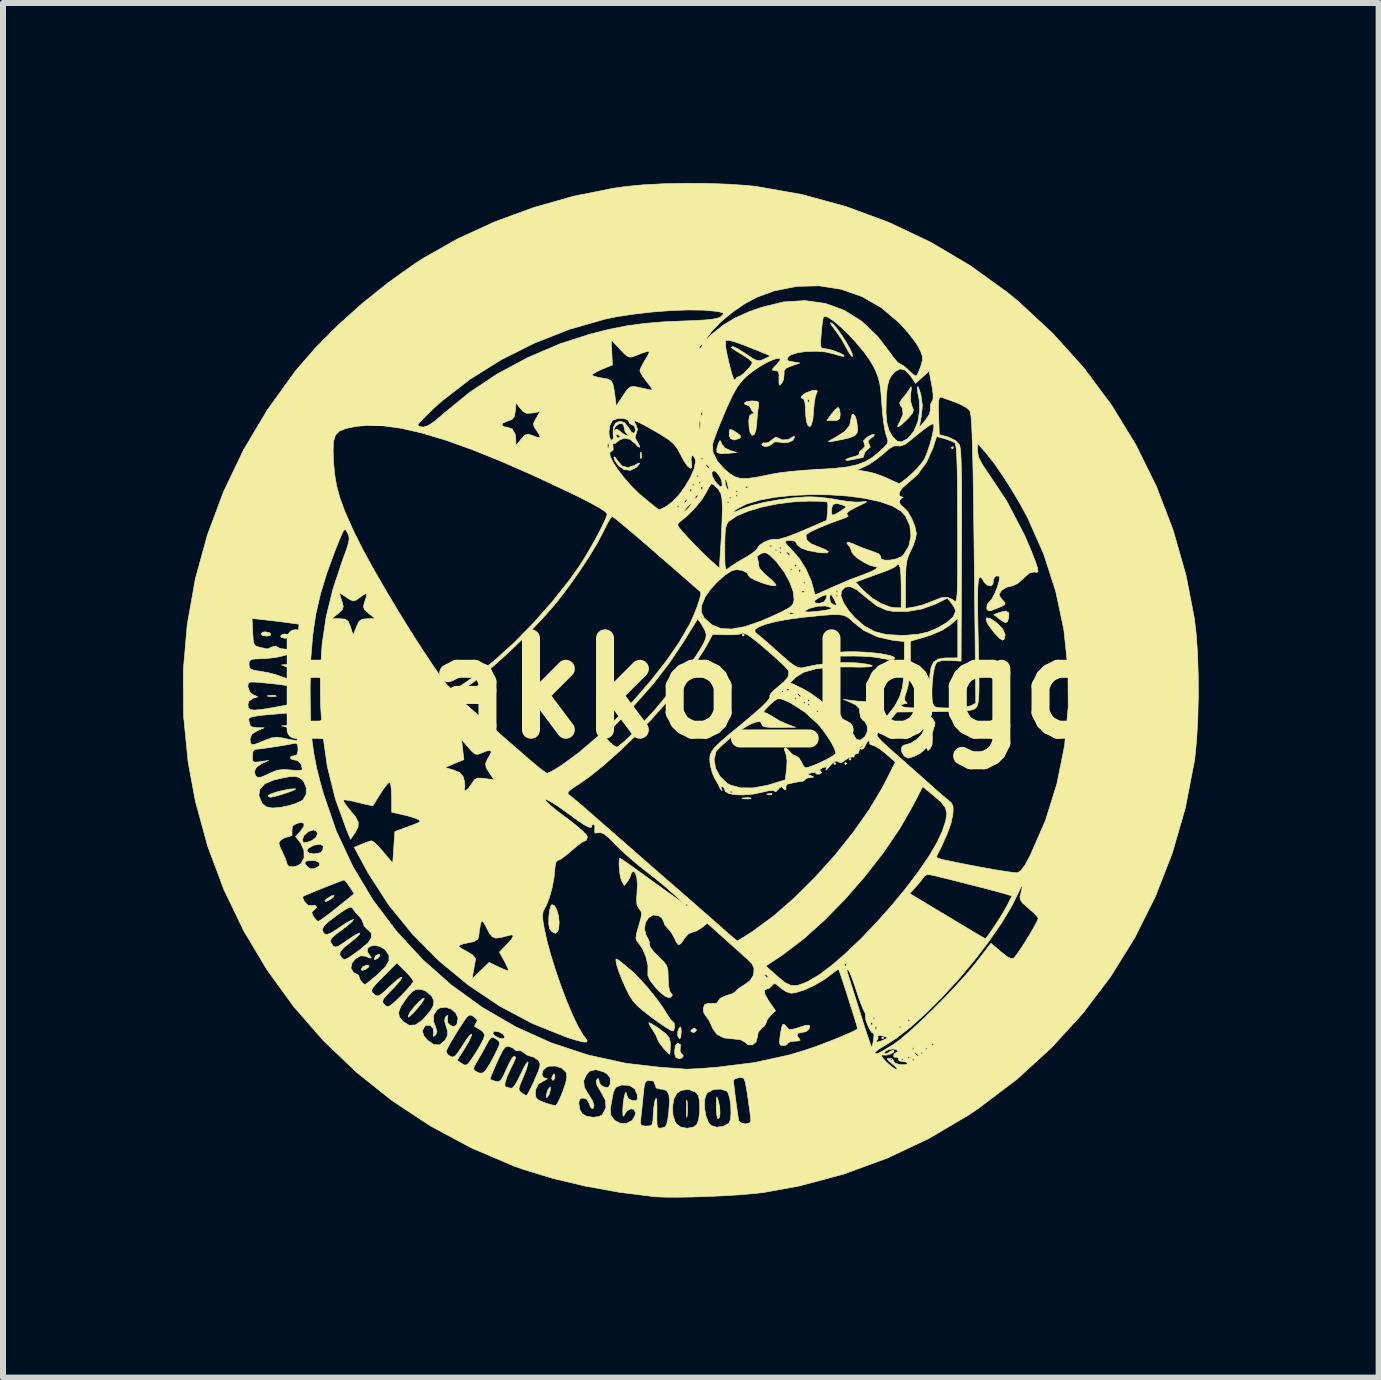
<source format=kicad_pcb>
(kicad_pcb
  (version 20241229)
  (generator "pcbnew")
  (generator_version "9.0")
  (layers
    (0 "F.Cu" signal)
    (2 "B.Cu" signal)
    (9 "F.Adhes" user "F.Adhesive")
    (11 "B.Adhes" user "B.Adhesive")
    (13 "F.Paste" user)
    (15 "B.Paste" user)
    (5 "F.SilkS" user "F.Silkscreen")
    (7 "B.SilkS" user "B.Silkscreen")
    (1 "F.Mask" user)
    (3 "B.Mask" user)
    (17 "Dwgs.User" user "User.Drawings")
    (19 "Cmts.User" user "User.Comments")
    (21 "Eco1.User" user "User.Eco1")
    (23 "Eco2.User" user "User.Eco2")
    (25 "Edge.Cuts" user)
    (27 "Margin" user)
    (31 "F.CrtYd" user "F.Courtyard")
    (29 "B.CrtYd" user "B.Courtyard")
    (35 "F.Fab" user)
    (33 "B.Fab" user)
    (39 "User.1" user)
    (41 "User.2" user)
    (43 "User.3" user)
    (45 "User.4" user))
  (footprint "byakko_logo"
    (layer "F.Cu")
    (at 8.447 8.421)
    (property "Reference" "byakko_logo" (at 0 0 0) (layer "F.SilkS") (effects (font (size 1.524 1.524) (thickness 0.3))))
    (attr through_hole)
    (fp_poly (pts (xy 0.907 -0.889) (xy 0.889 -0.871) (xy 0.871 -0.889) (xy 0.889 -0.907) (xy 0.907 -0.889)) (stroke (width 0.01) (type solid)) (fill yes) (layer "F.SilkS"))
    (fp_poly (pts (xy 2.359 0.49) (xy 2.34 0.508) (xy 2.322 0.49) (xy 2.34 0.472) (xy 2.359 0.49)) (stroke (width 0.01) (type solid)) (fill yes) (layer "F.SilkS"))
    (fp_poly (pts (xy 2.431 1.252) (xy 2.413 1.27) (xy 2.395 1.252) (xy 2.413 1.234) (xy 2.431 1.252)) (stroke (width 0.01) (type solid)) (fill yes) (layer "F.SilkS"))
    (fp_poly (pts (xy 2.613 1.252) (xy 2.594 1.27) (xy 2.576 1.252) (xy 2.594 1.234) (xy 2.613 1.252)) (stroke (width 0.01) (type solid)) (fill yes) (layer "F.SilkS"))
    (fp_poly (pts (xy 2.685 1.179) (xy 2.667 1.197) (xy 2.649 1.179) (xy 2.667 1.161) (xy 2.685 1.179)) (stroke (width 0.01) (type solid)) (fill yes) (layer "F.SilkS"))
    (fp_poly (pts (xy 3.229 5.824) (xy 3.211 5.842) (xy 3.193 5.824) (xy 3.211 5.806) (xy 3.229 5.824)) (stroke (width 0.01) (type solid)) (fill yes) (layer "F.SilkS"))
    (fp_poly (pts (xy 4.391 -4.01) (xy 4.372 -3.991) (xy 4.354 -4.01) (xy 4.372 -4.028) (xy 4.391 -4.01)) (stroke (width 0.01) (type solid)) (fill yes) (layer "F.SilkS"))
    (fp_poly (pts (xy -0.811 -3.928) (xy -0.806 -3.854) (xy -0.811 -3.837) (xy -0.824 -3.833) (xy -0.829 -3.883) (xy -0.823 -3.934) (xy -0.811 -3.928)) (stroke (width 0.01) (type solid)) (fill yes) (layer "F.SilkS"))
    (fp_poly (pts (xy 1.369 1.756) (xy 1.358 1.773) (xy 1.321 1.775) (xy 1.283 1.766) (xy 1.299 1.753) (xy 1.356 1.749) (xy 1.369 1.756)) (stroke (width 0.01) (type solid)) (fill yes) (layer "F.SilkS"))
    (fp_poly (pts (xy -5.347 4.619) (xy -5.359 4.648) (xy -5.403 4.679) (xy -5.464 4.701) (xy -5.479 4.681) (xy -5.451 4.638) (xy -5.393 4.612) (xy -5.347 4.619)) (stroke (width 0.01) (type solid)) (fill yes) (layer "F.SilkS"))
    (fp_poly (pts (xy -5.167 4.436) (xy -5.177 4.469) (xy -5.206 4.499) (xy -5.252 4.522) (xy -5.261 4.506) (xy -5.239 4.458) (xy -5.194 4.431) (xy -5.167 4.436)) (stroke (width 0.01) (type solid)) (fill yes) (layer "F.SilkS"))
    (fp_poly (pts (xy -7.008 -0.927) (xy -6.985 -0.907) (xy -6.998 -0.88) (xy -7.055 -0.871) (xy -7.125 -0.883) (xy -7.148 -0.907) (xy -7.118 -0.937) (xy -7.078 -0.943) (xy -7.008 -0.927)) (stroke (width 0.01) (type solid)) (fill yes) (layer "F.SilkS"))
    (fp_poly (pts (xy -6.903 0.12) (xy -6.892 0.131) (xy -6.942 0.136) (xy -6.967 0.137) (xy -7.033 0.133) (xy -7.041 0.124) (xy -7.03 0.12) (xy -6.938 0.114) (xy -6.903 0.12)) (stroke (width 0.01) (type solid)) (fill yes) (layer "F.SilkS"))
    (fp_poly (pts (xy -6.69 -0.892) (xy -6.677 -0.871) (xy -6.707 -0.841) (xy -6.749 -0.835) (xy -6.808 -0.85) (xy -6.822 -0.871) (xy -6.791 -0.9) (xy -6.749 -0.907) (xy -6.69 -0.892)) (stroke (width 0.01) (type solid)) (fill yes) (layer "F.SilkS"))
    (fp_poly (pts (xy -5.933 3.465) (xy -5.971 3.5) (xy -6.04 3.542) (xy -6.078 3.554) (xy -6.082 3.536) (xy -6.044 3.5) (xy -5.975 3.459) (xy -5.937 3.447) (xy -5.933 3.465)) (stroke (width 0.01) (type solid)) (fill yes) (layer "F.SilkS"))
    (fp_poly (pts (xy -2.251 6.452) (xy -2.25 6.477) (xy -2.269 6.525) (xy -2.285 6.531) (xy -2.305 6.505) (xy -2.299 6.477) (xy -2.273 6.429) (xy -2.264 6.423) (xy -2.251 6.452)) (stroke (width 0.01) (type solid)) (fill yes) (layer "F.SilkS"))
    (fp_poly (pts (xy 0.108 5.688) (xy 0.109 5.697) (xy 0.079 5.729) (xy 0.052 5.733) (xy 0.015 5.716) (xy 0.018 5.697) (xy 0.065 5.662) (xy 0.075 5.661) (xy 0.108 5.688)) (stroke (width 0.01) (type solid)) (fill yes) (layer "F.SilkS"))
    (fp_poly (pts (xy 1.007 1.826) (xy 1.018 1.836) (xy 0.968 1.842) (xy 0.943 1.842) (xy 0.877 1.838) (xy 0.87 1.829) (xy 0.88 1.826) (xy 0.972 1.82) (xy 1.007 1.826)) (stroke (width 0.01) (type solid)) (fill yes) (layer "F.SilkS"))
    (fp_poly (pts (xy -0.149 5.661) (xy -0.146 5.724) (xy -0.153 5.814) (xy -0.172 5.84) (xy -0.2 5.798) (xy -0.204 5.79) (xy -0.203 5.718) (xy -0.186 5.672) (xy -0.16 5.638) (xy -0.149 5.661)) (stroke (width 0.01) (type solid)) (fill yes) (layer "F.SilkS"))
    (fp_poly (pts (xy -2.323 6.667) (xy -2.323 6.677) (xy -2.342 6.754) (xy -2.359 6.785) (xy -2.387 6.822) (xy -2.394 6.795) (xy -2.394 6.785) (xy -2.375 6.708) (xy -2.359 6.677) (xy -2.33 6.64) (xy -2.323 6.667)) (stroke (width 0.01) (type solid)) (fill yes) (layer "F.SilkS"))
    (fp_poly (pts (xy -0.047 6.878) (xy -0.046 6.885) (xy -0.04 7.012) (xy -0.046 7.121) (xy -0.053 7.148) (xy -0.059 7.111) (xy -0.061 7.018) (xy -0.061 7.003) (xy -0.059 6.903) (xy -0.054 6.859) (xy -0.047 6.878)) (stroke (width 0.01) (type solid)) (fill yes) (layer "F.SilkS"))
    (fp_poly (pts (xy 5.314 -1.257) (xy 5.311 -1.173) (xy 5.31 -1.17) (xy 5.287 -1.107) (xy 5.251 -1.096) (xy 5.185 -1.135) (xy 5.153 -1.16) (xy 5.063 -1.229) (xy 5.168 -1.269) (xy 5.266 -1.289) (xy 5.314 -1.257)) (stroke (width 0.01) (type solid)) (fill yes) (layer "F.SilkS"))
    (fp_poly (pts (xy 0.714 -4.3) (xy 0.784 -4.258) (xy 0.842 -4.21) (xy 0.839 -4.176) (xy 0.828 -4.168) (xy 0.74 -4.138) (xy 0.677 -4.161) (xy 0.658 -4.208) (xy 0.654 -4.272) (xy 0.666 -4.315) (xy 0.673 -4.318) (xy 0.714 -4.3)) (stroke (width 0.01) (type solid)) (fill yes) (layer "F.SilkS"))
    (fp_poly (pts (xy 2.494 -4.649) (xy 2.504 -4.573) (xy 2.504 -4.572) (xy 2.495 -4.495) (xy 2.454 -4.467) (xy 2.392 -4.463) (xy 2.281 -4.463) (xy 2.359 -4.572) (xy 2.418 -4.643) (xy 2.464 -4.68) (xy 2.47 -4.681) (xy 2.494 -4.649)) (stroke (width 0.01) (type solid)) (fill yes) (layer "F.SilkS"))
    (fp_poly (pts (xy 0.459 6.829) (xy 0.477 6.889) (xy 0.496 6.986) (xy 0.501 7.078) (xy 0.493 7.146) (xy 0.473 7.17) (xy 0.463 7.164) (xy 0.448 7.114) (xy 0.439 7.018) (xy 0.439 6.952) (xy 0.441 6.846) (xy 0.447 6.807) (xy 0.459 6.829)) (stroke (width 0.01) (type solid)) (fill yes) (layer "F.SilkS"))
    (fp_poly (pts (xy 0.512 -4.123) (xy 0.527 -4.077) (xy 0.58 -4.009) (xy 0.665 -3.966) (xy 0.78 -3.931) (xy 0.622 -3.915) (xy 0.512 -3.912) (xy 0.453 -3.931) (xy 0.448 -3.938) (xy 0.449 -3.999) (xy 0.469 -4.066) (xy 0.496 -4.127) (xy 0.512 -4.123)) (stroke (width 0.01) (type solid)) (fill yes) (layer "F.SilkS"))
    (fp_poly (pts (xy 5.008 -1.162) (xy 5.103 -1.1) (xy 5.211 -0.994) (xy 5.253 -0.893) (xy 5.236 -0.82) (xy 5.209 -0.803) (xy 5.163 -0.831) (xy 5.088 -0.909) (xy 5.051 -0.952) (xy 4.968 -1.065) (xy 4.934 -1.141) (xy 4.948 -1.176) (xy 5.008 -1.162)) (stroke (width 0.01) (type solid)) (fill yes) (layer "F.SilkS"))
    (fp_poly (pts (xy -0.157 5.936) (xy -0.162 5.984) (xy -0.164 6.051) (xy -0.147 6.077) (xy -0.11 6.123) (xy -0.136 6.16) (xy -0.181 6.169) (xy -0.231 6.154) (xy -0.252 6.099) (xy -0.254 6.042) (xy -0.243 5.949) (xy -0.207 5.915) (xy -0.197 5.915) (xy -0.157 5.936)) (stroke (width 0.01) (type solid)) (fill yes) (layer "F.SilkS"))
    (fp_poly (pts (xy -4.427 5.168) (xy -4.449 5.212) (xy -4.504 5.285) (xy -4.573 5.368) (xy -4.64 5.438) (xy -4.686 5.476) (xy -4.692 5.478) (xy -4.694 5.454) (xy -4.66 5.392) (xy -4.651 5.379) (xy -4.586 5.297) (xy -4.517 5.224) (xy -4.46 5.174) (xy -4.429 5.162) (xy -4.427 5.168)) (stroke (width 0.01) (type solid)) (fill yes) (layer "F.SilkS"))
    (fp_poly (pts (xy -6.575 1.672) (xy -6.576 1.683) (xy -6.628 1.707) (xy -6.713 1.738) (xy -6.812 1.77) (xy -6.906 1.797) (xy -6.979 1.812) (xy -6.996 1.814) (xy -7.027 1.796) (xy -7.023 1.781) (xy -6.978 1.756) (xy -6.886 1.726) (xy -6.772 1.698) (xy -6.66 1.678) (xy -6.576 1.672) (xy -6.575 1.672)) (stroke (width 0.01) (type solid)) (fill yes) (layer "F.SilkS"))
    (fp_poly (pts (xy -2.256 3.621) (xy -2.218 3.69) (xy -2.191 3.79) (xy -2.179 3.901) (xy -2.187 4) (xy -2.207 4.055) (xy -2.243 4.082) (xy -2.299 4.054) (xy -2.299 4.054) (xy -2.338 4.007) (xy -2.353 3.929) (xy -2.352 3.812) (xy -2.339 3.701) (xy -2.318 3.624) (xy -2.301 3.603) (xy -2.256 3.621)) (stroke (width 0.01) (type solid)) (fill yes) (layer "F.SilkS"))
    (fp_poly (pts (xy -1.219 -3.812) (xy -1.214 -3.803) (xy -1.132 -3.707) (xy -1.031 -3.679) (xy -0.924 -3.717) (xy -0.854 -3.756) (xy -0.838 -3.749) (xy -0.88 -3.697) (xy -0.892 -3.686) (xy -0.988 -3.634) (xy -1.097 -3.646) (xy -1.191 -3.713) (xy -1.246 -3.787) (xy -1.269 -3.849) (xy -1.254 -3.858) (xy -1.219 -3.812)) (stroke (width 0.01) (type solid)) (fill yes) (layer "F.SilkS"))
    (fp_poly (pts (xy 2.39 -6.066) (xy 2.454 -5.991) (xy 2.528 -5.888) (xy 2.601 -5.774) (xy 2.663 -5.665) (xy 2.703 -5.578) (xy 2.71 -5.529) (xy 2.708 -5.527) (xy 2.684 -5.546) (xy 2.639 -5.614) (xy 2.599 -5.688) (xy 2.527 -5.816) (xy 2.447 -5.936) (xy 2.412 -5.982) (xy 2.359 -6.052) (xy 2.342 -6.091) (xy 2.346 -6.095) (xy 2.39 -6.066)) (stroke (width 0.01) (type solid)) (fill yes) (layer "F.SilkS"))
    (fp_poly (pts (xy 2.752 -4.539) (xy 2.779 -4.455) (xy 2.793 -4.34) (xy 2.794 -4.31) (xy 2.784 -4.255) (xy 2.749 -4.214) (xy 2.675 -4.181) (xy 2.551 -4.15) (xy 2.395 -4.12) (xy 2.325 -4.109) (xy 2.307 -4.114) (xy 2.345 -4.139) (xy 2.439 -4.19) (xy 2.581 -4.283) (xy 2.66 -4.38) (xy 2.685 -4.493) (xy 2.685 -4.497) (xy 2.698 -4.557) (xy 2.717 -4.572) (xy 2.752 -4.539)) (stroke (width 0.01) (type solid)) (fill yes) (layer "F.SilkS"))
    (fp_poly (pts (xy 1.742 -4.179) (xy 1.71 -4.13) (xy 1.635 -4.098) (xy 1.544 -4.093) (xy 1.5 -4.103) (xy 1.416 -4.109) (xy 1.377 -4.08) (xy 1.318 -4.04) (xy 1.251 -4.029) (xy 1.204 -4.048) (xy 1.197 -4.068) (xy 1.224 -4.093) (xy 1.248 -4.088) (xy 1.308 -4.098) (xy 1.364 -4.14) (xy 1.427 -4.186) (xy 1.465 -4.174) (xy 1.542 -4.14) (xy 1.637 -4.147) (xy 1.698 -4.18) (xy 1.734 -4.205) (xy 1.742 -4.179)) (stroke (width 0.01) (type solid)) (fill yes) (layer "F.SilkS"))
    (fp_poly (pts (xy -0.65 5.583) (xy -0.576 5.628) (xy -0.498 5.682) (xy -0.4 5.758) (xy -0.349 5.819) (xy -0.329 5.888) (xy -0.327 5.951) (xy -0.33 6.042) (xy -0.338 6.092) (xy -0.341 6.096) (xy -0.372 6.071) (xy -0.43 6.009) (xy -0.45 5.984) (xy -0.51 5.905) (xy -0.542 5.845) (xy -0.544 5.836) (xy -0.564 5.784) (xy -0.612 5.704) (xy -0.621 5.691) (xy -0.667 5.618) (xy -0.685 5.574) (xy -0.684 5.57) (xy -0.65 5.583)) (stroke (width 0.01) (type solid)) (fill yes) (layer "F.SilkS"))
    (fp_poly (pts (xy 3.691 -5.005) (xy 3.679 -4.923) (xy 3.676 -4.785) (xy 3.701 -4.699) (xy 3.723 -4.643) (xy 3.712 -4.592) (xy 3.659 -4.525) (xy 3.62 -4.484) (xy 3.531 -4.399) (xy 3.475 -4.36) (xy 3.459 -4.369) (xy 3.487 -4.428) (xy 3.497 -4.444) (xy 3.55 -4.565) (xy 3.542 -4.667) (xy 3.513 -4.709) (xy 3.493 -4.754) (xy 3.527 -4.815) (xy 3.544 -4.835) (xy 3.614 -4.92) (xy 3.661 -4.989) (xy 3.685 -5.025) (xy 3.691 -5.005)) (stroke (width 0.01) (type solid)) (fill yes) (layer "F.SilkS"))
    (fp_poly (pts (xy 2.917 -0.604) (xy 3.083 -0.59) (xy 3.229 -0.57) (xy 3.341 -0.546) (xy 3.403 -0.518) (xy 3.411 -0.504) (xy 3.39 -0.481) (xy 3.321 -0.479) (xy 3.195 -0.5) (xy 3.139 -0.512) (xy 3.033 -0.526) (xy 2.883 -0.536) (xy 2.718 -0.54) (xy 2.685 -0.539) (xy 2.509 -0.538) (xy 2.398 -0.54) (xy 2.342 -0.546) (xy 2.334 -0.557) (xy 2.366 -0.576) (xy 2.377 -0.581) (xy 2.463 -0.601) (xy 2.592 -0.61) (xy 2.749 -0.611) (xy 2.917 -0.604)) (stroke (width 0.01) (type solid)) (fill yes) (layer "F.SilkS"))
    (fp_poly (pts (xy 1.117 -4.785) (xy 1.147 -4.758) (xy 1.141 -4.693) (xy 1.14 -4.69) (xy 1.127 -4.592) (xy 1.116 -4.464) (xy 1.113 -4.411) (xy 1.098 -4.297) (xy 1.07 -4.229) (xy 1.035 -4.216) (xy 1.002 -4.265) (xy 0.987 -4.341) (xy 0.98 -4.445) (xy 0.98 -4.448) (xy 0.99 -4.538) (xy 1.027 -4.573) (xy 1.043 -4.575) (xy 1.078 -4.584) (xy 1.061 -4.596) (xy 1.02 -4.644) (xy 1.016 -4.666) (xy 0.987 -4.711) (xy 0.962 -4.717) (xy 0.913 -4.737) (xy 0.907 -4.753) (xy 0.939 -4.777) (xy 1.017 -4.789) (xy 1.033 -4.79) (xy 1.117 -4.785)) (stroke (width 0.01) (type solid)) (fill yes) (layer "F.SilkS"))
    (fp_poly (pts (xy 1.608 5.64) (xy 1.643 5.677) (xy 1.687 5.686) (xy 1.765 5.667) (xy 1.816 5.65) (xy 1.927 5.615) (xy 1.983 5.611) (xy 1.995 5.638) (xy 1.983 5.677) (xy 1.934 5.72) (xy 1.87 5.733) (xy 1.794 5.747) (xy 1.785 5.787) (xy 1.822 5.835) (xy 1.837 5.865) (xy 1.794 5.877) (xy 1.749 5.878) (xy 1.669 5.888) (xy 1.633 5.912) (xy 1.633 5.915) (xy 1.602 5.944) (xy 1.556 5.951) (xy 1.511 5.945) (xy 1.493 5.913) (xy 1.497 5.839) (xy 1.505 5.779) (xy 1.526 5.658) (xy 1.545 5.6) (xy 1.571 5.597) (xy 1.608 5.64)) (stroke (width 0.01) (type solid)) (fill yes) (layer "F.SilkS"))
    (fp_poly (pts (xy 2.125 -4.948) (xy 2.111 -4.924) (xy 2.09 -4.866) (xy 2.072 -4.759) (xy 2.061 -4.628) (xy 2.048 -4.488) (xy 2.025 -4.396) (xy 1.996 -4.358) (xy 1.966 -4.382) (xy 1.946 -4.434) (xy 1.932 -4.524) (xy 1.924 -4.643) (xy 1.924 -4.672) (xy 1.916 -4.766) (xy 1.907 -4.79) (xy 1.959 -4.79) (xy 1.973 -4.76) (xy 1.984 -4.766) (xy 1.988 -4.809) (xy 1.984 -4.814) (xy 1.962 -4.809) (xy 1.959 -4.79) (xy 1.907 -4.79) (xy 1.896 -4.821) (xy 1.887 -4.826) (xy 1.851 -4.842) (xy 1.868 -4.88) (xy 1.931 -4.923) (xy 1.943 -4.929) (xy 2.04 -4.964) (xy 2.106 -4.97) (xy 2.125 -4.948)) (stroke (width 0.01) (type solid)) (fill yes) (layer "F.SilkS"))
    (fp_poly (pts (xy -1.166 4.546) (xy -1.078 4.618) (xy -0.967 4.712) (xy -0.848 4.827) (xy -0.71 4.98) (xy -0.573 5.15) (xy -0.454 5.313) (xy -0.39 5.416) (xy -0.337 5.499) (xy -0.294 5.547) (xy -0.284 5.552) (xy -0.26 5.58) (xy -0.255 5.642) (xy -0.27 5.697) (xy -0.282 5.71) (xy -0.32 5.696) (xy -0.403 5.647) (xy -0.518 5.569) (xy -0.63 5.488) (xy -0.776 5.376) (xy -0.877 5.288) (xy -0.95 5.207) (xy -1.009 5.116) (xy -1.069 4.996) (xy -1.075 4.982) (xy -1.138 4.84) (xy -1.189 4.707) (xy -1.22 4.609) (xy -1.222 4.599) (xy -1.233 4.543) (xy -1.234 4.512) (xy -1.214 4.512) (xy -1.166 4.546)) (stroke (width 0.01) (type solid)) (fill yes) (layer "F.SilkS"))
    (fp_poly (pts (xy 3.073 -4.233) (xy 3.061 -4.202) (xy 3.017 -4.168) (xy 2.968 -4.123) (xy 2.98 -4.077) (xy 2.985 -4.071) (xy 3.004 -4.022) (xy 2.965 -3.986) (xy 2.913 -3.933) (xy 2.903 -3.899) (xy 2.888 -3.851) (xy 2.876 -3.845) (xy 2.825 -3.837) (xy 2.736 -3.818) (xy 2.713 -3.813) (xy 2.631 -3.799) (xy 2.594 -3.804) (xy 2.594 -3.809) (xy 2.638 -3.835) (xy 2.722 -3.859) (xy 2.726 -3.86) (xy 2.798 -3.882) (xy 2.82 -3.904) (xy 2.818 -3.907) (xy 2.826 -3.942) (xy 2.869 -3.982) (xy 2.918 -4.034) (xy 2.904 -4.081) (xy 2.892 -4.126) (xy 2.94 -4.176) (xy 2.96 -4.189) (xy 3.031 -4.227) (xy 3.072 -4.233) (xy 3.073 -4.233)) (stroke (width 0.01) (type solid)) (fill yes) (layer "F.SilkS"))
    (fp_poly (pts (xy 4.03 0.491) (xy 4.043 0.505) (xy 4.085 0.571) (xy 4.071 0.64) (xy 4.063 0.655) (xy 4.037 0.753) (xy 4.039 0.83) (xy 4.035 0.933) (xy 4.007 0.996) (xy 3.967 1.038) (xy 3.954 1.016) (xy 3.954 1.014) (xy 3.944 0.985) (xy 3.911 1.017) (xy 3.906 1.024) (xy 3.838 1.08) (xy 3.739 1.132) (xy 3.647 1.16) (xy 3.633 1.161) (xy 3.588 1.139) (xy 3.563 1.118) (xy 3.525 1.05) (xy 3.526 0.983) (xy 3.564 0.945) (xy 3.578 0.943) (xy 3.676 0.916) (xy 3.781 0.85) (xy 3.863 0.765) (xy 3.879 0.736) (xy 3.909 0.633) (xy 3.919 0.543) (xy 3.93 0.458) (xy 3.966 0.442) (xy 4.03 0.491)) (stroke (width 0.01) (type solid)) (fill yes) (layer "F.SilkS"))
    (fp_poly (pts (xy 0.294 -8.414) (xy 0.649 -8.402) (xy 0.966 -8.379) (xy 1.114 -8.363) (xy 1.865 -8.23) (xy 2.602 -8.029) (xy 3.32 -7.763) (xy 4.011 -7.435) (xy 4.667 -7.047) (xy 5.282 -6.604) (xy 5.465 -6.454) (xy 6.042 -5.92) (xy 6.563 -5.341) (xy 7.026 -4.72) (xy 7.43 -4.06) (xy 7.773 -3.365) (xy 8.052 -2.636) (xy 8.268 -1.878) (xy 8.406 -1.161) (xy 8.437 -0.892) (xy 8.459 -0.57) (xy 8.47 -0.215) (xy 8.471 0.154) (xy 8.462 0.516) (xy 8.443 0.853) (xy 8.415 1.145) (xy 8.406 1.21) (xy 8.255 1.991) (xy 8.038 2.744) (xy 7.757 3.466) (xy 7.413 4.154) (xy 7.008 4.806) (xy 6.544 5.418) (xy 6.023 5.989) (xy 5.447 6.515) (xy 4.817 6.992) (xy 4.635 7.115) (xy 3.98 7.501) (xy 3.287 7.828) (xy 2.564 8.093) (xy 1.82 8.292) (xy 1.234 8.399) (xy 1.06 8.419) (xy 0.837 8.438) (xy 0.584 8.454) (xy 0.316 8.466) (xy 0.049 8.475) (xy -0.198 8.479) (xy -0.411 8.478) (xy -0.571 8.472) (xy -0.599 8.469) (xy -1.18 8.396) (xy -1.749 8.293) (xy -2.289 8.164) (xy -2.781 8.014) (xy -2.923 7.964) (xy -3.643 7.657) (xy -4.325 7.291) (xy -4.964 6.869) (xy -5.41 6.514) (xy -3.33 6.514) (xy -3.292 6.53) (xy -3.239 6.548) (xy -3.191 6.554) (xy -3.153 6.531) (xy -3.112 6.464) (xy -3.061 6.352) (xy -3.009 6.241) (xy -2.963 6.161) (xy -2.934 6.132) (xy -2.91 6.138) (xy -2.909 6.166) (xy -2.934 6.229) (xy -2.989 6.341) (xy -2.994 6.35) (xy -3.051 6.478) (xy -3.082 6.577) (xy -3.082 6.633) (xy -3.069 6.64) (xy -3.026 6.652) (xy -2.996 6.662) (xy -2.957 6.658) (xy -2.913 6.608) (xy -2.857 6.504) (xy -2.825 6.436) (xy -2.769 6.323) (xy -2.725 6.248) (xy -2.699 6.223) (xy -2.697 6.226) (xy -2.704 6.277) (xy -2.735 6.372) (xy -2.778 6.478) (xy -2.828 6.595) (xy -2.849 6.664) (xy -2.844 6.704) (xy -2.814 6.734) (xy -2.808 6.738) (xy -2.748 6.776) (xy -2.724 6.785) (xy -2.701 6.755) (xy -2.576 6.755) (xy -2.565 6.82) (xy -2.519 6.864) (xy -2.422 6.904) (xy -2.322 6.935) (xy -2.251 6.951) (xy -2.236 6.952) (xy -2.215 6.925) (xy -1.851 6.925) (xy -1.832 7.024) (xy -1.794 7.091) (xy -1.715 7.132) (xy -1.61 7.147) (xy -1.511 7.134) (xy -1.459 7.103) (xy -1.411 7.01) (xy -1.328 7.01) (xy -1.318 7.115) (xy -1.257 7.197) (xy -1.164 7.246) (xy -1.061 7.252) (xy -1.05 7.246) (xy -0.825 7.246) (xy -0.807 7.284) (xy -0.748 7.293) (xy -0.726 7.293) (xy -0.66 7.289) (xy -0.628 7.263) (xy -0.616 7.196) (xy -0.613 7.121) (xy -0.604 6.996) (xy -0.587 6.887) (xy -0.579 6.858) (xy -0.563 6.829) (xy -0.553 6.862) (xy -0.55 6.961) (xy -0.55 7.021) (xy -0.551 7.173) (xy -0.549 7.265) (xy -0.538 7.312) (xy -0.517 7.328) (xy -0.479 7.326) (xy -0.463 7.323) (xy -0.42 7.31) (xy -0.391 7.274) (xy -0.372 7.2) (xy -0.355 7.072) (xy -0.352 7.045) (xy -0.347 6.973) (xy -0.29 6.973) (xy -0.283 7.111) (xy -0.246 7.229) (xy -0.234 7.249) (xy -0.153 7.31) (xy -0.045 7.33) (xy 0.06 7.309) (xy 0.113 7.27) (xy 0.144 7.194) (xy 0.161 7.068) (xy 0.163 6.995) (xy 0.163 6.984) (xy 0.242 6.984) (xy 0.264 7.118) (xy 0.306 7.23) (xy 0.349 7.283) (xy 0.445 7.313) (xy 0.56 7.296) (xy 0.648 7.246) (xy 0.674 7.187) (xy 0.684 7.082) (xy 0.68 6.956) (xy 0.664 6.835) (xy 0.637 6.743) (xy 0.612 6.709) (xy 0.507 6.676) (xy 0.392 6.685) (xy 0.297 6.733) (xy 0.274 6.759) (xy 0.244 6.855) (xy 0.242 6.984) (xy 0.163 6.984) (xy 0.158 6.863) (xy 0.138 6.782) (xy 0.099 6.733) (xy 0.093 6.728) (xy -0.026 6.681) (xy -0.146 6.699) (xy -0.218 6.749) (xy -0.268 6.842) (xy -0.29 6.973) (xy -0.347 6.973) (xy -0.34 6.875) (xy -0.352 6.765) (xy -0.39 6.702) (xy -0.461 6.678) (xy -0.494 6.677) (xy -0.563 6.658) (xy -0.581 6.604) (xy -0.603 6.546) (xy -0.668 6.531) (xy -0.715 6.537) (xy -0.744 6.564) (xy -0.762 6.628) (xy -0.775 6.745) (xy -0.778 6.776) (xy -0.793 6.927) (xy -0.808 7.07) (xy -0.818 7.157) (xy -0.825 7.246) (xy -1.05 7.246) (xy -0.967 7.202) (xy -0.964 7.2) (xy -0.917 7.123) (xy -0.907 7.073) (xy -0.931 7.016) (xy -0.985 7.005) (xy -1.047 7.038) (xy -1.081 7.085) (xy -1.105 7.129) (xy -1.116 7.118) (xy -1.119 7.044) (xy -1.119 7.021) (xy -1.113 6.927) (xy -1.101 6.837) (xy -1.085 6.766) (xy -1.069 6.731) (xy -1.058 6.746) (xy -1.056 6.772) (xy -1.023 6.841) (xy -0.96 6.867) (xy -0.896 6.872) (xy -0.875 6.84) (xy -0.878 6.772) (xy -0.919 6.673) (xy -1.009 6.616) (xy -1.135 6.609) (xy -1.17 6.617) (xy -1.238 6.651) (xy -1.275 6.726) (xy -1.285 6.776) (xy -1.307 6.896) (xy -1.327 7.003) (xy -1.328 7.01) (xy -1.411 7.01) (xy -1.4 6.988) (xy -1.408 6.863) (xy -1.482 6.726) (xy -1.55 6.614) (xy -1.563 6.541) (xy -1.557 6.528) (xy -1.531 6.497) (xy -1.517 6.524) (xy -1.51 6.573) (xy -1.477 6.616) (xy -1.428 6.643) (xy -1.363 6.651) (xy -1.332 6.604) (xy -1.33 6.598) (xy -1.327 6.528) (xy 0.726 6.528) (xy 0.73 6.588) (xy 0.742 6.695) (xy 0.759 6.83) (xy 0.778 6.97) (xy 0.796 7.094) (xy 0.81 7.183) (xy 0.816 7.212) (xy 0.861 7.246) (xy 0.924 7.257) (xy 0.993 7.242) (xy 1.015 7.212) (xy 1.01 7.148) (xy 0.996 7.035) (xy 0.976 6.897) (xy 0.956 6.755) (xy 0.936 6.634) (xy 0.923 6.564) (xy 0.896 6.496) (xy 0.84 6.483) (xy 0.815 6.487) (xy 0.747 6.508) (xy 0.726 6.528) (xy -1.327 6.528) (xy -1.326 6.495) (xy -1.382 6.422) (xy -1.437 6.391) (xy -1.568 6.353) (xy -1.667 6.376) (xy -1.722 6.431) (xy -1.771 6.539) (xy -1.76 6.648) (xy -1.687 6.771) (xy -1.624 6.87) (xy -1.598 6.951) (xy -1.611 6.998) (xy -1.63 7.003) (xy -1.661 6.972) (xy -1.676 6.921) (xy -1.717 6.848) (xy -1.769 6.828) (xy -1.827 6.831) (xy -1.848 6.877) (xy -1.851 6.925) (xy -2.215 6.925) (xy -2.209 6.917) (xy -2.166 6.832) (xy -2.118 6.715) (xy -2.117 6.711) (xy -2.068 6.567) (xy -2.051 6.47) (xy -2.063 6.403) (xy -2.064 6.399) (xy -2.131 6.33) (xy -2.235 6.293) (xy -2.346 6.295) (xy -2.393 6.313) (xy -2.449 6.367) (xy -2.466 6.433) (xy -2.442 6.485) (xy -2.404 6.497) (xy -2.376 6.506) (xy -2.416 6.53) (xy -2.43 6.536) (xy -2.527 6.594) (xy -2.57 6.682) (xy -2.576 6.755) (xy -2.701 6.755) (xy -2.7 6.754) (xy -2.657 6.672) (xy -2.602 6.555) (xy -2.588 6.522) (xy -2.531 6.389) (xy -2.502 6.305) (xy -2.498 6.252) (xy -2.516 6.213) (xy -2.53 6.196) (xy -2.601 6.145) (xy -2.65 6.132) (xy -2.724 6.106) (xy -2.759 6.076) (xy -2.818 6.038) (xy -2.852 6.038) (xy -2.901 6.037) (xy -2.91 6.026) (xy -2.95 5.994) (xy -3.003 5.971) (xy -3.046 5.964) (xy -3.083 5.983) (xy -3.123 6.039) (xy -3.176 6.144) (xy -3.213 6.225) (xy -3.27 6.353) (xy -3.311 6.452) (xy -3.33 6.507) (xy -3.33 6.514) (xy -5.41 6.514) (xy -5.559 6.395) (xy -5.611 6.344) (xy -3.605 6.344) (xy -3.581 6.373) (xy -3.565 6.384) (xy -3.501 6.412) (xy -3.45 6.407) (xy -3.399 6.36) (xy -3.336 6.261) (xy -3.283 6.163) (xy -3.217 6.033) (xy -3.181 5.952) (xy -3.174 5.904) (xy -3.19 5.873) (xy -3.213 5.854) (xy -3.273 5.816) (xy -3.314 5.819) (xy -3.354 5.871) (xy -3.393 5.942) (xy -3.461 6.067) (xy -3.536 6.197) (xy -3.545 6.212) (xy -3.594 6.298) (xy -3.605 6.344) (xy -5.611 6.344) (xy -5.915 6.054) (xy -4.064 6.054) (xy -4.036 6.101) (xy -3.994 6.131) (xy -3.952 6.144) (xy -3.913 6.125) (xy -3.862 6.064) (xy -3.789 5.951) (xy -3.786 5.947) (xy -3.719 5.844) (xy -3.666 5.778) (xy -3.639 5.76) (xy -3.637 5.762) (xy -3.649 5.809) (xy -3.692 5.897) (xy -3.753 5.998) (xy -3.88 6.198) (xy -3.8 6.252) (xy -3.758 6.276) (xy -3.722 6.274) (xy -3.681 6.237) (xy -3.623 6.154) (xy -3.565 6.065) (xy -3.493 5.945) (xy -3.442 5.844) (xy -3.42 5.78) (xy -3.42 5.773) (xy -3.432 5.755) (xy -3.285 5.755) (xy -3.246 5.793) (xy -3.167 5.834) (xy -3.106 5.837) (xy -3.084 5.807) (xy -3.115 5.761) (xy -3.182 5.724) (xy -3.251 5.712) (xy -3.272 5.719) (xy -3.285 5.755) (xy -3.432 5.755) (xy -3.456 5.717) (xy -3.502 5.683) (xy -3.564 5.648) (xy -3.588 5.634) (xy -3.581 5.604) (xy -3.561 5.575) (xy -3.542 5.529) (xy -3.582 5.484) (xy -3.603 5.469) (xy -3.643 5.446) (xy -3.677 5.445) (xy -3.715 5.475) (xy -3.767 5.545) (xy -3.844 5.664) (xy -3.876 5.714) (xy -3.956 5.846) (xy -4.02 5.958) (xy -4.057 6.033) (xy -4.064 6.054) (xy -5.915 6.054) (xy -6.106 5.871) (xy -6.25 5.707) (xy -4.46 5.707) (xy -4.434 5.79) (xy -4.374 5.862) (xy -4.268 5.936) (xy -4.171 5.94) (xy -4.088 5.872) (xy -4.077 5.857) (xy -4.039 5.782) (xy -4.039 5.709) (xy -4.061 5.636) (xy -4.088 5.541) (xy -4.079 5.485) (xy -4.064 5.466) (xy -4.034 5.448) (xy -4.039 5.489) (xy -4.042 5.498) (xy -4.035 5.575) (xy -3.992 5.615) (xy -3.932 5.639) (xy -3.892 5.605) (xy -3.881 5.585) (xy -3.865 5.493) (xy -3.903 5.408) (xy -3.978 5.343) (xy -4.073 5.312) (xy -4.168 5.325) (xy -4.211 5.353) (xy -4.271 5.441) (xy -4.272 5.55) (xy -4.239 5.642) (xy -4.215 5.72) (xy -4.237 5.772) (xy -4.244 5.779) (xy -4.277 5.801) (xy -4.277 5.764) (xy -4.272 5.742) (xy -4.279 5.665) (xy -4.326 5.617) (xy -4.39 5.613) (xy -4.421 5.633) (xy -4.46 5.707) (xy -6.25 5.707) (xy -6.516 5.401) (xy -4.856 5.401) (xy -4.84 5.481) (xy -4.783 5.55) (xy -4.679 5.614) (xy -4.575 5.608) (xy -4.464 5.532) (xy -4.438 5.506) (xy -4.329 5.38) (xy -4.274 5.284) (xy -4.267 5.204) (xy -4.305 5.126) (xy -4.309 5.121) (xy -4.41 5.038) (xy -4.491 5.014) (xy -4.561 5.016) (xy -4.621 5.047) (xy -4.69 5.121) (xy -4.732 5.174) (xy -4.82 5.304) (xy -4.856 5.401) (xy -6.516 5.401) (xy -6.603 5.302) (xy -6.802 5.028) (xy -5.304 5.028) (xy -5.298 5.06) (xy -5.268 5.092) (xy -5.267 5.093) (xy -5.229 5.122) (xy -5.192 5.125) (xy -5.141 5.094) (xy -5.061 5.022) (xy -5.007 4.971) (xy -4.891 4.866) (xy -4.821 4.816) (xy -4.799 4.818) (xy -4.83 4.869) (xy -4.914 4.967) (xy -4.964 5.019) (xy -5.06 5.117) (xy -5.11 5.18) (xy -5.123 5.221) (xy -5.106 5.255) (xy -5.09 5.272) (xy -5.056 5.299) (xy -5.021 5.301) (xy -4.971 5.27) (xy -4.892 5.199) (xy -4.818 5.127) (xy -4.721 5.026) (xy -4.647 4.942) (xy -4.611 4.889) (xy -4.609 4.882) (xy -4.633 4.837) (xy -4.695 4.763) (xy -4.747 4.709) (xy -4.884 4.574) (xy -5.11 4.802) (xy -5.217 4.911) (xy -5.28 4.982) (xy -5.304 5.028) (xy -6.802 5.028) (xy -7.047 4.69) (xy -7.069 4.653) (xy -5.649 4.653) (xy -5.645 4.674) (xy -5.605 4.736) (xy -5.567 4.753) (xy -5.521 4.78) (xy -5.515 4.801) (xy -5.495 4.858) (xy -5.45 4.915) (xy -5.414 4.935) (xy -5.382 4.913) (xy -5.309 4.856) (xy -5.213 4.775) (xy -5.204 4.767) (xy -5.078 4.644) (xy -5.016 4.542) (xy -5.015 4.45) (xy -5.073 4.362) (xy -5.08 4.354) (xy -5.161 4.301) (xy -5.247 4.283) (xy -5.323 4.295) (xy -5.371 4.332) (xy -5.375 4.388) (xy -5.346 4.434) (xy -5.309 4.486) (xy -5.33 4.496) (xy -5.406 4.463) (xy -5.407 4.463) (xy -5.486 4.456) (xy -5.567 4.499) (xy -5.629 4.571) (xy -5.649 4.653) (xy -7.069 4.653) (xy -7.436 4.04) (xy -7.446 4.018) (xy -6.127 4.018) (xy -6.11 4.069) (xy -6.091 4.091) (xy -6.051 4.102) (xy -5.981 4.075) (xy -5.871 4.006) (xy -5.838 3.982) (xy -5.732 3.912) (xy -5.65 3.865) (xy -5.608 3.851) (xy -5.607 3.852) (xy -5.625 3.88) (xy -5.689 3.938) (xy -5.787 4.014) (xy -5.803 4.026) (xy -5.914 4.109) (xy -5.973 4.165) (xy -5.991 4.206) (xy -5.978 4.246) (xy -5.976 4.25) (xy -5.942 4.296) (xy -5.906 4.311) (xy -5.851 4.292) (xy -5.763 4.234) (xy -5.695 4.186) (xy -5.576 4.108) (xy -5.51 4.076) (xy -5.498 4.089) (xy -5.546 4.141) (xy -5.655 4.23) (xy -5.658 4.232) (xy -5.77 4.322) (xy -5.827 4.388) (xy -5.835 4.44) (xy -5.8 4.491) (xy -5.775 4.512) (xy -5.746 4.516) (xy -5.7 4.496) (xy -5.625 4.445) (xy -5.505 4.359) (xy -5.488 4.346) (xy -5.362 4.238) (xy -5.304 4.148) (xy -5.313 4.072) (xy -5.37 4.019) (xy -5.428 3.962) (xy -5.443 3.918) (xy -5.468 3.851) (xy -5.506 3.805) (xy -5.576 3.729) (xy -5.609 3.681) (xy -5.633 3.651) (xy -5.666 3.646) (xy -5.721 3.671) (xy -5.813 3.731) (xy -5.89 3.786) (xy -6.024 3.887) (xy -6.101 3.961) (xy -6.127 4.018) (xy -7.446 4.018) (xy -7.71 3.469) (xy -6.453 3.469) (xy -6.447 3.503) (xy -6.422 3.556) (xy -6.362 3.616) (xy -6.311 3.617) (xy -6.242 3.617) (xy -6.22 3.648) (xy -6.258 3.691) (xy -6.262 3.693) (xy -6.301 3.727) (xy -6.289 3.777) (xy -6.272 3.804) (xy -6.225 3.864) (xy -6.194 3.883) (xy -6.155 3.861) (xy -6.074 3.803) (xy -5.963 3.719) (xy -5.88 3.653) (xy -5.595 3.422) (xy -5.668 3.308) (xy -5.721 3.233) (xy -5.759 3.194) (xy -5.764 3.193) (xy -5.803 3.205) (xy -5.891 3.238) (xy -6.01 3.285) (xy -6.143 3.338) (xy -6.271 3.39) (xy -6.377 3.434) (xy -6.442 3.463) (xy -6.453 3.469) (xy -7.71 3.469) (xy -7.766 3.354) (xy -8.034 2.636) (xy -8.048 2.587) (xy -6.849 2.587) (xy -6.827 2.652) (xy -6.791 2.728) (xy -6.745 2.83) (xy -6.717 2.909) (xy -6.713 2.932) (xy -6.684 2.967) (xy -6.616 2.974) (xy -6.537 2.955) (xy -6.48 2.918) (xy -6.474 2.908) (xy -6.42 2.908) (xy -6.383 2.964) (xy -6.379 2.968) (xy -6.324 3.007) (xy -6.26 3.002) (xy -6.226 2.99) (xy -6.169 2.949) (xy -6.175 2.905) (xy -6.234 2.873) (xy -6.296 2.867) (xy -6.391 2.876) (xy -6.42 2.908) (xy -6.474 2.908) (xy -6.43 2.822) (xy -6.432 2.711) (xy -6.385 2.711) (xy -6.345 2.746) (xy -6.263 2.758) (xy -6.158 2.739) (xy -6.117 2.697) (xy -6.112 2.626) (xy -6.162 2.597) (xy -6.261 2.612) (xy -6.271 2.616) (xy -6.36 2.663) (xy -6.385 2.711) (xy -6.432 2.711) (xy -6.432 2.701) (xy -6.484 2.581) (xy -6.497 2.564) (xy -6.528 2.524) (xy -6.459 2.524) (xy -6.443 2.568) (xy -6.387 2.569) (xy -6.297 2.534) (xy -6.23 2.482) (xy -6.205 2.421) (xy -6.226 2.373) (xy -6.275 2.359) (xy -6.361 2.386) (xy -6.432 2.452) (xy -6.459 2.524) (xy -6.528 2.524) (xy -6.572 2.469) (xy -6.497 2.389) (xy -6.434 2.302) (xy -6.431 2.248) (xy -6.485 2.234) (xy -6.563 2.254) (xy -6.626 2.297) (xy -6.632 2.371) (xy -6.631 2.377) (xy -6.631 2.447) (xy -6.673 2.467) (xy -6.675 2.467) (xy -6.752 2.488) (xy -6.802 2.517) (xy -6.84 2.55) (xy -6.849 2.587) (xy -8.048 2.587) (xy -8.239 1.889) (xy -8.259 1.785) (xy -7.184 1.785) (xy -7.132 1.909) (xy -7.128 1.915) (xy -7.061 1.973) (xy -6.958 1.994) (xy -6.809 1.981) (xy -6.684 1.954) (xy -6.568 1.918) (xy -6.475 1.875) (xy -6.45 1.858) (xy -6.397 1.769) (xy -6.393 1.657) (xy -6.437 1.55) (xy -6.46 1.523) (xy -6.512 1.484) (xy -6.578 1.467) (xy -6.673 1.471) (xy -6.812 1.498) (xy -6.938 1.528) (xy -7.083 1.589) (xy -7.166 1.676) (xy -7.184 1.785) (xy -8.259 1.785) (xy -8.362 1.228) (xy -8.372 1.129) (xy -7.293 1.129) (xy -7.289 1.202) (xy -7.261 1.229) (xy -7.19 1.226) (xy -7.157 1.221) (xy -7.021 1.2) (xy -7.139 1.253) (xy -7.225 1.315) (xy -7.26 1.391) (xy -7.236 1.461) (xy -7.233 1.464) (xy -7.196 1.484) (xy -7.141 1.477) (xy -7.049 1.438) (xy -6.996 1.412) (xy -6.883 1.365) (xy -6.774 1.351) (xy -6.653 1.36) (xy -6.533 1.369) (xy -6.468 1.359) (xy -6.459 1.348) (xy -6.482 1.254) (xy -6.542 1.202) (xy -6.569 1.197) (xy -6.637 1.18) (xy -6.658 1.161) (xy -6.647 1.133) (xy -6.606 1.125) (xy -6.552 1.109) (xy -6.533 1.05) (xy -6.531 1.012) (xy -6.538 0.935) (xy -6.569 0.913) (xy -6.617 0.921) (xy -6.696 0.937) (xy -6.819 0.957) (xy -6.96 0.979) (xy -7.096 0.999) (xy -7.202 1.012) (xy -7.248 1.015) (xy -7.281 1.048) (xy -7.293 1.129) (xy -8.372 1.129) (xy -8.433 0.51) (xy -7.354 0.51) (xy -7.351 0.532) (xy -7.332 0.6) (xy -7.33 0.62) (xy -7.298 0.643) (xy -7.221 0.654) (xy -7.212 0.655) (xy -7.094 0.656) (xy -7.212 0.707) (xy -7.298 0.761) (xy -7.329 0.831) (xy -7.33 0.851) (xy -7.324 0.911) (xy -7.299 0.937) (xy -7.241 0.929) (xy -7.135 0.888) (xy -7.09 0.869) (xy -6.973 0.825) (xy -6.881 0.813) (xy -6.773 0.829) (xy -6.74 0.837) (xy -6.636 0.858) (xy -6.565 0.867) (xy -6.549 0.864) (xy -6.538 0.81) (xy -6.573 0.741) (xy -6.639 0.68) (xy -6.69 0.656) (xy -6.804 0.623) (xy -6.686 0.62) (xy -6.604 0.61) (xy -6.572 0.572) (xy -6.568 0.509) (xy -6.568 0.402) (xy -6.813 0.42) (xy -7.028 0.438) (xy -7.18 0.453) (xy -7.279 0.469) (xy -7.334 0.487) (xy -7.354 0.51) (xy -8.433 0.51) (xy -8.438 0.461) (xy -8.441 -0.028) (xy -7.366 -0.028) (xy -7.333 0.064) (xy -7.284 0.101) (xy -7.203 0.141) (xy -7.284 0.166) (xy -7.353 0.216) (xy -7.366 0.276) (xy -7.358 0.326) (xy -7.325 0.354) (xy -7.257 0.362) (xy -7.14 0.351) (xy -6.983 0.326) (xy -6.815 0.296) (xy -6.706 0.274) (xy -6.642 0.25) (xy -6.613 0.219) (xy -6.604 0.173) (xy -6.604 0.111) (xy -6.605 0.05) (xy -6.613 0.018) (xy -6.329 0.018) (xy -6.326 0.349) (xy -6.317 0.626) (xy -6.298 0.867) (xy -6.267 1.091) (xy -6.223 1.316) (xy -6.162 1.56) (xy -6.107 1.757) (xy -5.892 2.381) (xy -5.615 2.972) (xy -5.281 3.528) (xy -4.893 4.043) (xy -4.457 4.516) (xy -3.977 4.942) (xy -3.457 5.318) (xy -2.902 5.64) (xy -2.315 5.905) (xy -1.702 6.108) (xy -1.067 6.247) (xy -0.508 6.312) (xy -0.344 6.324) (xy -0.203 6.334) (xy -0.104 6.342) (xy -0.069 6.345) (xy -0.012 6.344) (xy 0.102 6.338) (xy 0.255 6.328) (xy 0.434 6.314) (xy 0.45 6.313) (xy 1.078 6.235) (xy 1.623 6.115) (xy 3.184 6.115) (xy 3.217 6.165) (xy 3.264 6.218) (xy 3.347 6.294) (xy 3.418 6.342) (xy 3.443 6.35) (xy 3.451 6.332) (xy 3.408 6.286) (xy 3.375 6.259) (xy 3.309 6.205) (xy 3.297 6.187) (xy 3.338 6.187) (xy 3.356 6.205) (xy 3.375 6.187) (xy 3.356 6.169) (xy 3.338 6.187) (xy 3.297 6.187) (xy 3.288 6.172) (xy 3.295 6.169) (xy 3.356 6.169) (xy 3.365 6.169) (xy 3.391 6.197) (xy 3.393 6.214) (xy 3.425 6.248) (xy 3.502 6.27) (xy 3.511 6.271) (xy 3.591 6.27) (xy 3.628 6.252) (xy 3.629 6.25) (xy 3.598 6.225) (xy 3.547 6.22) (xy 3.485 6.205) (xy 3.479 6.187) (xy 3.52 6.187) (xy 3.538 6.205) (xy 3.556 6.187) (xy 3.701 6.187) (xy 3.719 6.205) (xy 3.737 6.187) (xy 3.719 6.169) (xy 3.701 6.187) (xy 3.556 6.187) (xy 3.538 6.169) (xy 3.52 6.187) (xy 3.479 6.187) (xy 3.475 6.175) (xy 3.468 6.15) (xy 3.629 6.15) (xy 3.647 6.169) (xy 3.665 6.15) (xy 3.647 6.132) (xy 3.629 6.15) (xy 3.468 6.15) (xy 3.466 6.144) (xy 3.451 6.148) (xy 3.403 6.144) (xy 3.393 6.133) (xy 3.401 6.091) (xy 3.431 6.072) (xy 3.434 6.07) (xy 3.743 6.07) (xy 3.752 6.09) (xy 3.789 6.129) (xy 3.81 6.121) (xy 3.81 6.116) (xy 3.784 6.086) (xy 3.773 6.078) (xy 3.846 6.078) (xy 3.864 6.096) (xy 3.883 6.078) (xy 3.864 6.06) (xy 3.846 6.078) (xy 3.773 6.078) (xy 3.768 6.074) (xy 3.743 6.07) (xy 3.434 6.07) (xy 3.472 6.049) (xy 3.446 6.024) (xy 3.433 6.016) (xy 3.376 6.008) (xy 3.308 6.022) (xy 3.253 6.049) (xy 3.239 6.08) (xy 3.244 6.086) (xy 3.284 6.083) (xy 3.32 6.06) (xy 3.374 6.03) (xy 3.397 6.033) (xy 3.392 6.064) (xy 3.342 6.093) (xy 3.271 6.112) (xy 3.207 6.109) (xy 3.205 6.109) (xy 3.184 6.115) (xy 1.623 6.115) (xy 1.662 6.106) (xy 1.778 6.072) (xy 3.084 6.072) (xy 3.096 6.09) (xy 3.138 6.081) (xy 3.219 6.039) (xy 3.273 6.005) (xy 3.701 6.005) (xy 3.719 6.023) (xy 3.737 6.005) (xy 3.919 6.005) (xy 3.937 6.023) (xy 3.955 6.005) (xy 3.937 5.987) (xy 3.919 6.005) (xy 3.737 6.005) (xy 3.719 5.987) (xy 3.701 6.005) (xy 3.273 6.005) (xy 3.348 5.96) (xy 3.391 5.933) (xy 4.028 5.933) (xy 4.046 5.951) (xy 4.064 5.933) (xy 4.046 5.915) (xy 4.028 5.933) (xy 3.391 5.933) (xy 3.396 5.93) (xy 3.513 5.843) (xy 3.668 5.711) (xy 3.847 5.546) (xy 4.041 5.359) (xy 4.239 5.16) (xy 4.429 4.96) (xy 4.601 4.77) (xy 4.744 4.6) (xy 4.787 4.545) (xy 5.016 4.247) (xy 5.182 4.389) (xy 5.284 4.47) (xy 5.35 4.503) (xy 5.394 4.495) (xy 5.398 4.492) (xy 5.44 4.442) (xy 5.504 4.35) (xy 5.581 4.231) (xy 5.659 4.104) (xy 5.729 3.984) (xy 5.781 3.888) (xy 5.803 3.833) (xy 5.804 3.83) (xy 5.776 3.788) (xy 5.707 3.72) (xy 5.641 3.665) (xy 5.544 3.579) (xy 5.502 3.514) (xy 5.501 3.465) (xy 5.53 3.35) (xy 5.537 3.293) (xy 5.523 3.298) (xy 5.489 3.37) (xy 5.487 3.375) (xy 5.36 3.633) (xy 5.187 3.919) (xy 4.977 4.222) (xy 4.739 4.532) (xy 4.481 4.84) (xy 4.213 5.133) (xy 3.943 5.404) (xy 3.681 5.64) (xy 3.435 5.833) (xy 3.219 5.968) (xy 3.136 6.019) (xy 3.088 6.062) (xy 3.084 6.072) (xy 1.778 6.072) (xy 1.878 6.042) (xy 2.034 5.99) (xy 2.204 5.928) (xy 2.375 5.862) (xy 2.533 5.798) (xy 2.664 5.741) (xy 2.756 5.697) (xy 2.794 5.67) (xy 2.794 5.669) (xy 2.783 5.628) (xy 2.755 5.534) (xy 2.714 5.402) (xy 2.665 5.248) (xy 2.614 5.087) (xy 2.564 4.934) (xy 2.522 4.806) (xy 2.492 4.717) (xy 2.485 4.7) (xy 2.616 4.7) (xy 2.634 4.769) (xy 2.665 4.865) (xy 2.695 4.96) (xy 2.741 5.106) (xy 2.798 5.284) (xy 2.858 5.475) (xy 2.868 5.508) (xy 2.923 5.681) (xy 2.971 5.825) (xy 3.007 5.928) (xy 3.028 5.977) (xy 3.03 5.98) (xy 3.043 5.94) (xy 3.052 5.894) (xy 3.1 5.894) (xy 3.133 5.892) (xy 3.191 5.874) (xy 3.264 5.843) (xy 3.292 5.82) (xy 3.291 5.819) (xy 3.247 5.801) (xy 3.193 5.788) (xy 3.139 5.783) (xy 3.133 5.794) (xy 3.134 5.837) (xy 3.116 5.865) (xy 3.1 5.894) (xy 3.052 5.894) (xy 3.058 5.858) (xy 3.06 5.848) (xy 3.067 5.773) (xy 3.06 5.747) (xy 3.057 5.748) (xy 3.031 5.735) (xy 2.993 5.676) (xy 2.986 5.661) (xy 3.084 5.661) (xy 3.098 5.69) (xy 3.108 5.685) (xy 3.113 5.642) (xy 3.483 5.642) (xy 3.502 5.661) (xy 3.52 5.642) (xy 3.502 5.624) (xy 3.483 5.642) (xy 3.113 5.642) (xy 3.113 5.642) (xy 3.108 5.636) (xy 3.087 5.641) (xy 3.084 5.661) (xy 2.986 5.661) (xy 2.956 5.597) (xy 2.953 5.588) (xy 3.012 5.588) (xy 3.025 5.618) (xy 3.036 5.612) (xy 3.04 5.569) (xy 3.036 5.564) (xy 3.014 5.569) (xy 3.012 5.588) (xy 2.953 5.588) (xy 2.934 5.534) (xy 3.629 5.534) (xy 3.647 5.552) (xy 3.665 5.534) (xy 3.647 5.515) (xy 3.629 5.534) (xy 2.934 5.534) (xy 2.93 5.52) (xy 2.928 5.497) (xy 3.048 5.497) (xy 3.066 5.515) (xy 3.084 5.497) (xy 3.066 5.479) (xy 3.048 5.497) (xy 2.928 5.497) (xy 2.926 5.471) (xy 2.927 5.469) (xy 2.924 5.419) (xy 2.911 5.396) (xy 2.885 5.343) (xy 2.844 5.24) (xy 2.796 5.104) (xy 2.776 5.044) (xy 2.728 4.902) (xy 2.685 4.786) (xy 2.653 4.714) (xy 2.644 4.701) (xy 2.62 4.68) (xy 2.616 4.7) (xy 2.485 4.7) (xy 2.478 4.684) (xy 2.447 4.694) (xy 2.387 4.74) (xy 2.386 4.741) (xy 2.243 4.848) (xy 2.077 4.946) (xy 1.908 5.024) (xy 1.758 5.071) (xy 1.684 5.08) (xy 1.607 5.056) (xy 1.519 4.998) (xy 1.505 4.986) (xy 1.437 4.928) (xy 1.398 4.919) (xy 1.371 4.949) (xy 1.318 4.999) (xy 1.286 5.007) (xy 1.241 5.028) (xy 1.247 5.091) (xy 1.307 5.199) (xy 1.33 5.233) (xy 1.427 5.372) (xy 1.348 5.445) (xy 1.291 5.515) (xy 1.27 5.57) (xy 1.241 5.627) (xy 1.197 5.661) (xy 1.137 5.732) (xy 1.125 5.805) (xy 1.1 5.892) (xy 1.042 5.94) (xy 0.971 5.94) (xy 0.924 5.901) (xy 0.849 5.856) (xy 0.732 5.842) (xy 0.565 5.824) (xy 0.449 5.765) (xy 0.375 5.659) (xy 0.363 5.63) (xy 0.319 5.534) (xy 0.271 5.466) (xy 0.263 5.459) (xy 0.227 5.396) (xy 0.223 5.332) (xy 0.243 5.271) (xy 0.295 5.251) (xy 0.354 5.252) (xy 0.442 5.248) (xy 0.472 5.213) (xy 0.472 5.209) (xy 0.505 5.164) (xy 0.592 5.124) (xy 0.617 5.116) (xy 0.707 5.086) (xy 0.758 5.057) (xy 0.762 5.049) (xy 0.791 5.016) (xy 0.863 4.965) (xy 0.903 4.942) (xy 1.004 4.869) (xy 1.054 4.786) (xy 1.059 4.764) (xy 1.24 4.764) (xy 1.248 4.784) (xy 1.285 4.823) (xy 1.306 4.815) (xy 1.306 4.81) (xy 1.281 4.779) (xy 1.264 4.768) (xy 1.24 4.764) (xy 1.059 4.764) (xy 1.064 4.744) (xy 1.067 4.658) (xy 1.051 4.626) (xy 1.264 4.626) (xy 1.458 4.799) (xy 1.582 4.901) (xy 1.684 4.95) (xy 1.787 4.951) (xy 1.915 4.907) (xy 1.971 4.88) (xy 2.159 4.77) (xy 2.372 4.608) (xy 2.576 4.608) (xy 2.59 4.638) (xy 2.6 4.632) (xy 2.605 4.589) (xy 2.6 4.584) (xy 2.579 4.589) (xy 2.576 4.608) (xy 2.372 4.608) (xy 2.375 4.606) (xy 2.612 4.4) (xy 2.861 4.16) (xy 3.112 3.897) (xy 3.359 3.62) (xy 3.526 3.418) (xy 3.662 3.418) (xy 4.289 3.795) (xy 4.48 3.91) (xy 4.648 4.01) (xy 4.784 4.091) (xy 4.878 4.147) (xy 4.922 4.172) (xy 4.924 4.173) (xy 4.947 4.145) (xy 4.999 4.073) (xy 5.069 3.971) (xy 5.074 3.964) (xy 5.16 3.831) (xy 5.242 3.696) (xy 5.291 3.607) (xy 5.366 3.458) (xy 5.232 3.418) (xy 5.172 3.401) (xy 5.097 3.38) (xy 4.997 3.354) (xy 4.863 3.319) (xy 4.685 3.274) (xy 4.454 3.215) (xy 4.227 3.158) (xy 4.085 3.123) (xy 3.996 3.105) (xy 3.944 3.106) (xy 3.913 3.124) (xy 3.888 3.155) (xy 3.83 3.231) (xy 3.754 3.318) (xy 3.751 3.322) (xy 3.662 3.418) (xy 3.526 3.418) (xy 3.592 3.338) (xy 3.802 3.061) (xy 3.982 2.799) (xy 4.121 2.561) (xy 4.207 2.375) (xy 4.262 2.208) (xy 4.281 2.086) (xy 4.257 1.989) (xy 4.187 1.897) (xy 4.08 1.803) (xy 3.879 1.637) (xy 3.723 1.939) (xy 3.501 2.328) (xy 3.23 2.728) (xy 2.922 3.125) (xy 2.589 3.508) (xy 2.242 3.862) (xy 1.893 4.175) (xy 1.553 4.434) (xy 1.505 4.467) (xy 1.264 4.626) (xy 1.051 4.626) (xy 1.034 4.589) (xy 0.968 4.522) (xy 0.891 4.453) (xy 0.778 4.351) (xy 0.647 4.234) (xy 0.571 4.166) (xy 0.29 3.914) (xy 0.195 3.989) (xy 0.109 4.041) (xy 0.035 4.064) (xy 0.033 4.064) (xy -0.028 4.093) (xy -0.091 4.164) (xy -0.096 4.173) (xy -0.153 4.256) (xy -0.194 4.272) (xy -0.232 4.22) (xy -0.257 4.164) (xy -0.309 4.069) (xy -0.368 4) (xy -0.37 3.998) (xy -0.423 3.934) (xy -0.436 3.89) (xy -0.466 3.83) (xy -0.524 3.787) (xy -0.614 3.776) (xy -0.689 3.821) (xy -0.74 3.902) (xy -0.758 4.004) (xy -0.734 4.109) (xy -0.709 4.149) (xy -0.676 4.221) (xy -0.676 4.264) (xy -0.661 4.312) (xy -0.604 4.388) (xy -0.529 4.465) (xy -0.437 4.553) (xy -0.388 4.621) (xy -0.367 4.697) (xy -0.363 4.81) (xy -0.363 4.828) (xy -0.357 4.946) (xy -0.342 5.032) (xy -0.327 5.062) (xy -0.291 5.108) (xy -0.318 5.145) (xy -0.36 5.153) (xy -0.419 5.126) (xy -0.503 5.058) (xy -0.576 4.981) (xy -0.662 4.871) (xy -0.701 4.79) (xy -0.701 4.724) (xy -0.7 4.615) (xy -0.732 4.478) (xy -0.787 4.344) (xy -0.847 4.255) (xy -0.885 4.207) (xy -0.9 4.163) (xy -0.893 4.098) (xy -0.864 3.992) (xy -0.853 3.956) (xy -0.818 3.834) (xy -0.806 3.76) (xy -0.816 3.713) (xy -0.846 3.672) (xy -0.882 3.61) (xy -0.073 3.61) (xy -0.054 3.629) (xy -0.036 3.61) (xy -0.054 3.592) (xy -0.073 3.61) (xy -0.882 3.61) (xy -0.882 3.61) (xy -0.891 3.519) (xy -0.883 3.421) (xy -0.875 3.271) (xy -0.886 3.148) (xy -0.913 3.069) (xy -0.944 3.048) (xy -0.978 3.077) (xy -0.981 3.093) (xy -1.002 3.156) (xy -1.037 3.211) (xy -1.093 3.284) (xy -1.136 3.211) (xy -1.157 3.15) (xy -1.172 3.056) (xy -1.181 2.955) (xy -1.18 2.872) (xy -1.169 2.831) (xy -1.166 2.83) (xy -1.133 2.85) (xy -1.055 2.903) (xy -0.947 2.98) (xy -0.894 3.018) (xy -0.734 3.134) (xy -0.552 3.266) (xy -0.382 3.388) (xy -0.363 3.402) (xy -0.091 3.597) (xy -0.272 3.426) (xy -0.386 3.325) (xy -0.533 3.203) (xy -0.688 3.08) (xy -0.744 3.037) (xy -0.9 2.913) (xy -1.063 2.772) (xy -1.203 2.639) (xy -1.24 2.602) (xy -1.351 2.49) (xy -1.429 2.427) (xy -1.488 2.403) (xy -1.524 2.405) (xy -1.582 2.411) (xy -1.589 2.372) (xy -1.585 2.356) (xy -1.585 2.29) (xy -1.6 2.266) (xy -1.631 2.272) (xy -1.633 2.284) (xy -1.643 2.314) (xy -1.68 2.314) (xy -1.75 2.28) (xy -1.86 2.208) (xy -2.017 2.094) (xy -2.051 2.069) (xy -2.186 1.973) (xy -2.299 1.9) (xy -2.379 1.857) (xy -2.413 1.851) (xy -2.394 1.884) (xy -2.325 1.949) (xy -2.218 2.038) (xy -2.083 2.14) (xy -2.071 2.149) (xy -1.915 2.268) (xy -1.797 2.368) (xy -1.725 2.442) (xy -1.707 2.477) (xy -1.727 2.531) (xy -1.751 2.541) (xy -1.799 2.564) (xy -1.881 2.625) (xy -1.974 2.704) (xy -2.072 2.787) (xy -2.154 2.846) (xy -2.201 2.867) (xy -2.237 2.901) (xy -2.251 3.001) (xy -2.251 3.003) (xy -2.264 3.149) (xy -2.296 3.318) (xy -2.341 3.481) (xy -2.391 3.612) (xy -2.414 3.653) (xy -2.445 3.712) (xy -2.457 3.778) (xy -2.45 3.873) (xy -2.431 3.986) (xy -2.384 4.202) (xy -2.318 4.446) (xy -2.237 4.706) (xy -2.146 4.968) (xy -2.051 5.218) (xy -1.955 5.444) (xy -1.865 5.633) (xy -1.784 5.77) (xy -1.75 5.815) (xy -1.713 5.868) (xy -1.722 5.894) (xy -1.784 5.891) (xy -1.903 5.861) (xy -2.057 5.812) (xy -2.625 5.584) (xy -3.174 5.292) (xy -3.696 4.941) (xy -4.183 4.539) (xy -4.415 4.305) (xy -3.849 4.305) (xy -3.799 4.34) (xy -3.73 4.376) (xy -3.622 4.441) (xy -3.576 4.497) (xy -3.575 4.526) (xy -3.59 4.606) (xy -3.608 4.711) (xy -3.609 4.716) (xy -3.63 4.842) (xy -3.489 4.704) (xy -3.347 4.566) (xy -3.191 4.641) (xy -3.098 4.683) (xy -3.036 4.704) (xy -3.023 4.705) (xy -3.032 4.669) (xy -3.068 4.592) (xy -3.093 4.543) (xy -3.175 4.394) (xy -3.057 4.273) (xy -2.971 4.176) (xy -2.943 4.121) (xy -2.972 4.107) (xy -3.003 4.113) (xy -3.144 4.15) (xy -3.235 4.161) (xy -3.294 4.139) (xy -3.341 4.081) (xy -3.38 4.007) (xy -3.429 3.912) (xy -3.458 3.875) (xy -3.477 3.888) (xy -3.488 3.924) (xy -3.509 4.03) (xy -3.516 4.106) (xy -3.533 4.178) (xy -3.59 4.215) (xy -3.638 4.227) (xy -3.773 4.256) (xy -3.842 4.279) (xy -3.849 4.305) (xy -4.415 4.305) (xy -4.627 4.091) (xy -5.021 3.606) (xy -5.355 3.089) (xy -5.423 2.966) (xy -5.594 2.648) (xy -5.465 2.594) (xy -5.373 2.559) (xy -5.308 2.541) (xy -5.301 2.54) (xy -5.261 2.566) (xy -5.192 2.634) (xy -5.109 2.726) (xy -4.953 2.912) (xy -4.917 2.386) (xy -4.717 2.313) (xy -4.607 2.271) (xy -4.528 2.239) (xy -4.5 2.225) (xy -4.508 2.196) (xy -4.58 2.161) (xy -4.712 2.122) (xy -4.775 2.107) (xy -4.971 2.063) (xy -4.971 1.812) (xy -4.973 1.746) (xy -2.036 1.746) (xy -2.017 1.773) (xy -2.002 1.784) (xy -1.949 1.826) (xy -1.855 1.904) (xy -1.732 2.01) (xy -1.591 2.133) (xy -1.556 2.164) (xy -1.331 2.361) (xy -1.056 2.601) (xy -0.739 2.879) (xy -0.383 3.189) (xy 0.004 3.526) (xy 0.034 3.552) (xy 0.176 3.677) (xy 0.342 3.822) (xy 0.498 3.959) (xy 0.524 3.982) (xy 0.635 4.08) (xy 0.725 4.157) (xy 0.78 4.202) (xy 0.79 4.209) (xy 0.823 4.19) (xy 0.902 4.141) (xy 1.012 4.07) (xy 1.058 4.04) (xy 1.391 3.795) (xy 1.735 3.495) (xy 2.079 3.154) (xy 2.411 2.786) (xy 2.717 2.403) (xy 2.987 2.021) (xy 3.208 1.651) (xy 3.252 1.566) (xy 3.423 1.228) (xy 3.263 1.087) (xy 3.165 1.01) (xy 3.079 0.959) (xy 3.037 0.945) (xy 2.993 0.928) (xy 2.994 0.907) (xy 2.993 0.874) (xy 2.982 0.871) (xy 2.946 0.901) (xy 2.929 0.943) (xy 2.893 1.002) (xy 2.861 1.015) (xy 2.834 1.006) (xy 2.867 0.976) (xy 2.903 0.948) (xy 2.878 0.95) (xy 2.867 0.954) (xy 2.825 0.996) (xy 2.823 1.029) (xy 2.805 1.08) (xy 2.775 1.089) (xy 2.736 1.106) (xy 2.739 1.124) (xy 2.734 1.146) (xy 2.713 1.142) (xy 2.654 1.151) (xy 2.589 1.194) (xy 2.523 1.239) (xy 2.476 1.228) (xy 2.471 1.223) (xy 2.43 1.209) (xy 2.374 1.248) (xy 2.337 1.289) (xy 2.285 1.346) (xy 2.265 1.36) (xy 2.267 1.352) (xy 2.278 1.313) (xy 2.244 1.313) (xy 2.195 1.329) (xy 2.159 1.357) (xy 2.177 1.379) (xy 2.194 1.408) (xy 2.162 1.427) (xy 2.113 1.431) (xy 2.105 1.417) (xy 2.075 1.401) (xy 2.025 1.406) (xy 1.97 1.424) (xy 1.982 1.441) (xy 2.016 1.455) (xy 2.062 1.476) (xy 2.04 1.484) (xy 2.005 1.485) (xy 1.941 1.498) (xy 1.923 1.516) (xy 1.893 1.543) (xy 1.86 1.55) (xy 1.769 1.563) (xy 1.724 1.573) (xy 1.651 1.589) (xy 1.624 1.594) (xy 1.601 1.622) (xy 1.601 1.624) (xy 1.6 1.686) (xy 1.576 1.689) (xy 1.559 1.669) (xy 1.526 1.637) (xy 1.488 1.661) (xy 1.469 1.685) (xy 1.429 1.724) (xy 1.415 1.716) (xy 1.388 1.697) (xy 1.302 1.708) (xy 1.225 1.726) (xy 1.057 1.761) (xy 0.895 1.776) (xy 0.753 1.772) (xy 0.646 1.752) (xy 0.592 1.718) (xy 0.665 1.718) (xy 0.67 1.739) (xy 0.689 1.742) (xy 0.719 1.728) (xy 0.714 1.718) (xy 0.671 1.713) (xy 0.665 1.718) (xy 0.592 1.718) (xy 0.587 1.714) (xy 0.58 1.684) (xy 0.558 1.646) (xy 0.542 1.638) (xy 0.516 1.645) (xy 0.527 1.674) (xy 0.537 1.703) (xy 0.523 1.693) (xy 0.491 1.648) (xy 0.489 1.639) (xy 0.47 1.595) (xy 0.425 1.521) (xy 0.421 1.514) (xy 0.374 1.414) (xy 0.341 1.286) (xy 0.335 1.25) (xy 0.331 1.187) (xy 0.402 1.187) (xy 0.427 1.33) (xy 0.501 1.467) (xy 0.616 1.578) (xy 0.67 1.609) (xy 0.838 1.657) (xy 1.049 1.659) (xy 1.289 1.615) (xy 1.352 1.597) (xy 1.587 1.524) (xy 1.611 1.343) (xy 1.618 1.2) (xy 1.6 1.097) (xy 1.595 1.085) (xy 1.57 1.011) (xy 1.589 0.987) (xy 1.637 1.023) (xy 1.654 1.045) (xy 1.714 1.105) (xy 1.763 1.125) (xy 1.815 1.155) (xy 1.849 1.212) (xy 1.888 1.287) (xy 1.919 1.322) (xy 1.966 1.317) (xy 2.054 1.287) (xy 2.165 1.239) (xy 2.277 1.184) (xy 2.37 1.132) (xy 2.425 1.091) (xy 2.431 1.079) (xy 2.41 1.007) (xy 2.354 0.9) (xy 2.276 0.777) (xy 2.188 0.658) (xy 2.138 0.6) (xy 2.128 0.591) (xy 2.437 0.591) (xy 2.446 0.611) (xy 2.482 0.65) (xy 2.503 0.642) (xy 2.504 0.637) (xy 2.478 0.606) (xy 2.462 0.595) (xy 2.437 0.591) (xy 2.128 0.591) (xy 1.911 0.392) (xy 1.895 0.381) (xy 2.105 0.381) (xy 2.123 0.399) (xy 2.141 0.381) (xy 2.123 0.363) (xy 2.105 0.381) (xy 1.895 0.381) (xy 1.839 0.346) (xy 2.197 0.346) (xy 2.198 0.363) (xy 2.254 0.451) (xy 2.315 0.51) (xy 2.363 0.523) (xy 2.366 0.522) (xy 2.382 0.486) (xy 2.376 0.477) (xy 2.323 0.454) (xy 2.321 0.454) (xy 2.276 0.428) (xy 2.23 0.381) (xy 2.197 0.346) (xy 1.839 0.346) (xy 1.723 0.272) (xy 1.959 0.272) (xy 1.978 0.29) (xy 1.996 0.272) (xy 1.978 0.254) (xy 1.959 0.272) (xy 1.723 0.272) (xy 1.669 0.238) (xy 1.665 0.236) (xy 1.887 0.236) (xy 1.905 0.254) (xy 1.923 0.236) (xy 1.905 0.218) (xy 1.887 0.236) (xy 1.665 0.236) (xy 1.594 0.204) (xy 1.583 0.2) (xy 1.959 0.2) (xy 1.978 0.218) (xy 1.996 0.2) (xy 1.978 0.181) (xy 1.959 0.2) (xy 1.583 0.2) (xy 1.516 0.174) (xy 1.46 0.174) (xy 1.401 0.211) (xy 1.329 0.275) (xy 1.261 0.344) (xy 1.23 0.389) (xy 1.235 0.399) (xy 1.291 0.419) (xy 1.372 0.467) (xy 1.381 0.473) (xy 1.488 0.537) (xy 1.61 0.593) (xy 1.622 0.598) (xy 1.76 0.648) (xy 1.479 0.651) (xy 1.334 0.65) (xy 1.248 0.641) (xy 1.207 0.623) (xy 1.197 0.596) (xy 1.172 0.555) (xy 1.101 0.559) (xy 0.993 0.603) (xy 0.858 0.685) (xy 0.717 0.79) (xy 0.6 0.888) (xy 0.504 0.977) (xy 0.444 1.041) (xy 0.434 1.055) (xy 0.402 1.187) (xy 0.331 1.187) (xy 0.33 1.175) (xy 0.336 1.111) (xy 0.363 1.05) (xy 0.416 0.98) (xy 0.504 0.895) (xy 0.633 0.783) (xy 0.81 0.637) (xy 0.835 0.617) (xy 1.04 0.446) (xy 1.189 0.314) (xy 1.285 0.218) (xy 1.325 0.163) (xy 1.742 0.163) (xy 1.76 0.181) (xy 1.778 0.163) (xy 1.76 0.145) (xy 1.742 0.163) (xy 1.325 0.163) (xy 1.331 0.154) (xy 1.331 0.122) (xy 1.345 0.089) (xy 1.35 0.083) (xy 1.784 0.083) (xy 1.793 0.103) (xy 1.829 0.142) (xy 1.85 0.134) (xy 1.851 0.129) (xy 1.825 0.098) (xy 1.809 0.087) (xy 1.784 0.083) (xy 1.35 0.083) (xy 1.378 0.054) (xy 1.524 0.054) (xy 1.542 0.073) (xy 1.56 0.054) (xy 1.542 0.036) (xy 1.524 0.054) (xy 1.378 0.054) (xy 1.403 0.028) (xy 1.422 0.012) (xy 1.609 0.012) (xy 1.614 0.034) (xy 1.633 0.036) (xy 1.663 0.023) (xy 1.657 0.012) (xy 1.614 0.008) (xy 1.609 0.012) (xy 1.422 0.012) (xy 1.47 -0.028) (xy 1.561 -0.106) (xy 1.622 -0.173) (xy 1.638 -0.204) (xy 1.646 -0.274) (xy 1.647 -0.287) (xy 1.623 -0.322) (xy 1.555 -0.391) (xy 1.456 -0.484) (xy 1.339 -0.588) (xy 1.217 -0.693) (xy 1.102 -0.788) (xy 1.007 -0.861) (xy 0.954 -0.897) (xy 0.888 -0.921) (xy 0.857 -0.915) (xy 0.815 -0.901) (xy 0.721 -0.894) (xy 0.608 -0.893) (xy 0.377 -0.899) (xy 0.288 -0.732) (xy 0.225 -0.625) (xy 0.129 -0.479) (xy 0.012 -0.308) (xy -0.115 -0.129) (xy -0.24 0.04) (xy -0.351 0.184) (xy -0.409 0.254) (xy -0.654 0.529) (xy -0.916 0.799) (xy -1.181 1.054) (xy -1.438 1.282) (xy -1.674 1.472) (xy -1.843 1.59) (xy -1.957 1.665) (xy -2.019 1.714) (xy -2.036 1.746) (xy -4.973 1.746) (xy -4.975 1.687) (xy -4.987 1.597) (xy -5.003 1.56) (xy -5.004 1.56) (xy -5.039 1.589) (xy -5.097 1.663) (xy -5.156 1.751) (xy -5.219 1.852) (xy -5.265 1.925) (xy -5.282 1.952) (xy -5.318 1.95) (xy -5.405 1.932) (xy -5.515 1.905) (xy -5.636 1.876) (xy -5.73 1.86) (xy -5.773 1.858) (xy -5.768 1.888) (xy -5.724 1.956) (xy -5.662 2.032) (xy -5.57 2.145) (xy -5.527 2.23) (xy -5.53 2.305) (xy -5.574 2.392) (xy -5.585 2.41) (xy -5.655 2.515) (xy -5.715 2.373) (xy -5.908 1.844) (xy -6.038 1.318) (xy -4.082 1.318) (xy -3.939 1.36) (xy -3.835 1.404) (xy -3.781 1.467) (xy -3.767 1.509) (xy -3.751 1.599) (xy -3.755 1.66) (xy -3.76 1.704) (xy -3.732 1.701) (xy -3.686 1.659) (xy -3.64 1.593) (xy -3.592 1.523) (xy -3.541 1.495) (xy -3.457 1.497) (xy -3.418 1.502) (xy -3.261 1.523) (xy -3.336 1.418) (xy -3.395 1.323) (xy -3.405 1.249) (xy -3.368 1.167) (xy -3.352 1.141) (xy -3.311 1.063) (xy -3.323 1.032) (xy -3.391 1.044) (xy -3.451 1.068) (xy -3.527 1.097) (xy -3.578 1.095) (xy -3.631 1.053) (xy -3.69 0.987) (xy -3.806 0.853) (xy -3.787 1.02) (xy -3.767 1.187) (xy -3.925 1.252) (xy -4.082 1.318) (xy -6.038 1.318) (xy -6.045 1.287) (xy -6.129 0.692) (xy -6.157 0.25) (xy -6.158 0.105) (xy -3.919 0.105) (xy -3.405 0.551) (xy -3.222 0.71) (xy -3.039 0.87) (xy -2.87 1.016) (xy -2.73 1.138) (xy -2.652 1.206) (xy -2.54 1.3) (xy -2.448 1.372) (xy -2.388 1.411) (xy -2.377 1.415) (xy -2.33 1.396) (xy -2.243 1.347) (xy -2.133 1.277) (xy -2.133 1.277) (xy -1.845 1.065) (xy -1.541 0.806) (xy -1.532 0.798) (xy -1.428 0.798) (xy -1.343 0.889) (xy -1.274 0.951) (xy -1.221 0.979) (xy -1.218 0.98) (xy -1.178 0.955) (xy -1.099 0.888) (xy -0.994 0.79) (xy -0.884 0.68) (xy -0.592 0.366) (xy -0.313 0.032) (xy -0.064 -0.298) (xy 0.051 -0.467) (xy 0.157 -0.63) (xy 0.226 -0.747) (xy 0.263 -0.831) (xy 0.271 -0.896) (xy 0.255 -0.956) (xy 0.243 -0.98) (xy 1.084 -0.98) (xy 1.085 -0.938) (xy 1.095 -0.929) (xy 1.146 -0.888) (xy 1.235 -0.811) (xy 1.349 -0.712) (xy 1.415 -0.653) (xy 1.565 -0.52) (xy 1.672 -0.429) (xy 1.749 -0.373) (xy 1.807 -0.346) (xy 1.859 -0.341) (xy 1.915 -0.351) (xy 1.95 -0.361) (xy 2.117 -0.394) (xy 2.326 -0.418) (xy 2.546 -0.43) (xy 2.749 -0.427) (xy 2.843 -0.419) (xy 2.975 -0.399) (xy 3.037 -0.382) (xy 3.033 -0.367) (xy 2.966 -0.358) (xy 2.84 -0.354) (xy 2.679 -0.357) (xy 2.357 -0.356) (xy 2.096 -0.326) (xy 1.898 -0.27) (xy 1.769 -0.19) (xy 1.67 -0.096) (xy 1.885 0.008) (xy 2.012 0.082) (xy 2.161 0.191) (xy 2.317 0.32) (xy 2.467 0.456) (xy 2.594 0.588) (xy 2.686 0.701) (xy 2.721 0.761) (xy 2.774 0.848) (xy 2.836 0.864) (xy 2.911 0.809) (xy 2.917 0.803) (xy 2.928 0.779) (xy 3.117 0.779) (xy 3.138 0.818) (xy 3.191 0.876) (xy 3.282 0.962) (xy 3.417 1.084) (xy 3.507 1.162) (xy 3.666 1.303) (xy 3.816 1.435) (xy 3.944 1.549) (xy 4.037 1.632) (xy 4.064 1.657) (xy 4.168 1.748) (xy 4.27 1.834) (xy 4.295 1.854) (xy 4.357 1.909) (xy 4.384 1.965) (xy 4.385 2.05) (xy 4.378 2.116) (xy 4.348 2.254) (xy 4.284 2.43) (xy 4.184 2.651) (xy 4.108 2.802) (xy 4.129 2.827) (xy 4.197 2.85) (xy 4.429 2.898) (xy 4.664 2.945) (xy 4.89 2.987) (xy 5.094 3.023) (xy 5.266 3.051) (xy 5.391 3.068) (xy 5.458 3.073) (xy 5.458 3.073) (xy 5.514 3.037) (xy 5.586 2.939) (xy 5.665 2.794) (xy 5.923 2.204) (xy 6.115 1.589) (xy 6.242 0.957) (xy 6.303 0.313) (xy 6.299 -0.335) (xy 6.23 -0.981) (xy 6.095 -1.617) (xy 5.895 -2.238) (xy 5.63 -2.837) (xy 5.628 -2.841) (xy 5.501 -3.075) (xy 5.357 -3.318) (xy 5.207 -3.552) (xy 5.063 -3.759) (xy 4.936 -3.92) (xy 4.921 -3.937) (xy 4.793 -4.082) (xy 4.791 -3.958) (xy 4.811 -3.847) (xy 4.879 -3.719) (xy 4.927 -3.65) (xy 5.278 -3.123) (xy 5.575 -2.554) (xy 5.697 -2.268) (xy 5.758 -2.11) (xy 5.792 -2.008) (xy 5.8 -1.952) (xy 5.783 -1.932) (xy 5.742 -1.939) (xy 5.739 -1.939) (xy 5.67 -1.93) (xy 5.582 -1.859) (xy 5.557 -1.833) (xy 5.456 -1.744) (xy 5.364 -1.706) (xy 5.354 -1.705) (xy 5.267 -1.683) (xy 5.191 -1.63) (xy 5.153 -1.568) (xy 5.153 -1.56) (xy 5.176 -1.513) (xy 5.211 -1.47) (xy 5.249 -1.429) (xy 5.25 -1.401) (xy 5.205 -1.372) (xy 5.106 -1.329) (xy 5.017 -1.296) (xy 4.972 -1.293) (xy 4.949 -1.321) (xy 4.946 -1.331) (xy 4.953 -1.399) (xy 4.981 -1.432) (xy 5.03 -1.489) (xy 5.08 -1.582) (xy 5.123 -1.689) (xy 5.152 -1.787) (xy 5.158 -1.855) (xy 5.149 -1.871) (xy 5.094 -1.873) (xy 5.059 -1.819) (xy 5.057 -1.811) (xy 5.049 -1.744) (xy 5.048 -1.742) (xy 5.019 -1.707) (xy 4.964 -1.716) (xy 4.909 -1.761) (xy 4.899 -1.778) (xy 4.865 -1.833) (xy 4.839 -1.857) (xy 4.819 -1.844) (xy 4.805 -1.789) (xy 4.797 -1.687) (xy 4.793 -1.531) (xy 4.794 -1.318) (xy 4.799 -1.041) (xy 4.804 -0.807) (xy 4.811 -0.498) (xy 4.816 -0.253) (xy 4.817 -0.064) (xy 4.815 0.076) (xy 4.81 0.176) (xy 4.801 0.244) (xy 4.788 0.287) (xy 4.776 0.308) (xy 4.752 0.335) (xy 4.717 0.354) (xy 4.661 0.367) (xy 4.571 0.376) (xy 4.439 0.382) (xy 4.252 0.386) (xy 4.086 0.387) (xy 3.45 0.394) (xy 3.33 0.532) (xy 3.246 0.626) (xy 3.169 0.704) (xy 3.144 0.727) (xy 3.121 0.751) (xy 3.117 0.779) (xy 2.928 0.779) (xy 2.956 0.719) (xy 2.953 0.624) (xy 2.912 0.549) (xy 2.881 0.53) (xy 2.844 0.483) (xy 2.83 0.405) (xy 2.818 0.33) (xy 2.767 0.278) (xy 2.694 0.241) (xy 2.558 0.182) (xy 2.681 0.2) (xy 2.801 0.213) (xy 2.905 0.218) (xy 2.995 0.24) (xy 3.03 0.29) (xy 3.081 0.351) (xy 3.127 0.363) (xy 3.177 0.374) (xy 3.19 0.421) (xy 3.184 0.48) (xy 3.167 0.596) (xy 3.291 0.453) (xy 3.411 0.298) (xy 3.415 0.29) (xy 3.52 0.29) (xy 3.553 0.309) (xy 3.641 0.322) (xy 3.756 0.327) (xy 3.991 0.327) (xy 3.991 0.049) (xy 4.031 0.049) (xy 4.034 0.174) (xy 4.043 0.237) (xy 4.059 0.283) (xy 4.089 0.309) (xy 4.151 0.322) (xy 4.259 0.326) (xy 4.339 0.327) (xy 4.483 0.321) (xy 4.606 0.308) (xy 4.684 0.288) (xy 4.688 0.286) (xy 4.763 0.246) (xy 4.737 -2.154) (xy 4.731 -2.658) (xy 4.725 -3.093) (xy 4.72 -3.464) (xy 4.714 -3.776) (xy 4.707 -4.031) (xy 4.701 -4.235) (xy 4.694 -4.392) (xy 4.686 -4.506) (xy 4.677 -4.581) (xy 4.667 -4.621) (xy 4.665 -4.627) (xy 4.606 -4.679) (xy 4.503 -4.735) (xy 4.423 -4.768) (xy 4.307 -4.809) (xy 4.216 -4.842) (xy 4.18 -4.854) (xy 4.158 -4.847) (xy 4.145 -4.797) (xy 4.141 -4.695) (xy 4.144 -4.55) (xy 4.155 -4.229) (xy 4.3 -4.189) (xy 4.424 -4.132) (xy 4.49 -4.061) (xy 4.501 -4.022) (xy 4.51 -3.949) (xy 4.517 -3.836) (xy 4.522 -3.679) (xy 4.526 -3.472) (xy 4.528 -3.21) (xy 4.528 -2.89) (xy 4.528 -2.505) (xy 4.526 -2.213) (xy 4.518 -0.454) (xy 4.334 -0.465) (xy 4.203 -0.465) (xy 4.126 -0.441) (xy 4.103 -0.42) (xy 4.076 -0.354) (xy 4.054 -0.239) (xy 4.038 -0.097) (xy 4.031 0.049) (xy 3.991 0.049) (xy 3.991 -0.018) (xy 3.997 -0.217) (xy 4.019 -0.355) (xy 4.064 -0.442) (xy 4.138 -0.489) (xy 4.249 -0.507) (xy 4.3 -0.508) (xy 4.463 -0.508) (xy 4.463 -1.169) (xy 4.335 -1.056) (xy 4.201 -0.968) (xy 4.016 -0.889) (xy 3.939 -0.864) (xy 3.672 -0.786) (xy 3.672 -0.456) (xy 3.662 -0.222) (xy 3.633 -0.035) (xy 3.613 0.034) (xy 3.58 0.138) (xy 3.578 0.196) (xy 3.601 0.224) (xy 3.621 0.247) (xy 3.583 0.253) (xy 3.529 0.271) (xy 3.52 0.29) (xy 3.415 0.29) (xy 3.493 0.146) (xy 3.542 -0.021) (xy 3.566 -0.226) (xy 3.571 -0.399) (xy 3.574 -0.78) (xy 3.375 -0.802) (xy 3.125 -0.859) (xy 2.896 -0.967) (xy 2.715 -1.109) (xy 2.662 -1.16) (xy 2.612 -1.196) (xy 2.552 -1.219) (xy 2.47 -1.229) (xy 2.356 -1.228) (xy 2.198 -1.216) (xy 1.984 -1.194) (xy 1.869 -1.182) (xy 1.631 -1.151) (xy 1.426 -1.112) (xy 1.262 -1.069) (xy 1.145 -1.024) (xy 1.084 -0.98) (xy 0.243 -0.98) (xy 0.219 -1.023) (xy 0.216 -1.029) (xy 0.166 -1.109) (xy 0.133 -1.151) (xy 0.127 -1.154) (xy 0.106 -1.12) (xy 0.054 -1.038) (xy -0.019 -0.92) (xy -0.089 -0.806) (xy -0.335 -0.435) (xy -0.609 -0.079) (xy -0.927 0.281) (xy -1.083 0.444) (xy -1.428 0.798) (xy -1.532 0.798) (xy -1.233 0.512) (xy -0.931 0.194) (xy -0.647 -0.134) (xy -0.391 -0.461) (xy -0.175 -0.774) (xy -0.009 -1.062) (xy -0.005 -1.069) (xy 0.058 -1.206) (xy 0.085 -1.272) (xy 0.189 -1.272) (xy 0.234 -1.18) (xy 0.245 -1.166) (xy 0.368 -1.058) (xy 0.516 -0.998) (xy 0.696 -0.989) (xy 0.913 -1.029) (xy 1.174 -1.118) (xy 1.332 -1.186) (xy 1.456 -1.242) (xy 1.649 -1.242) (xy 1.684 -1.237) (xy 1.731 -1.243) (xy 1.732 -1.256) (xy 1.683 -1.264) (xy 1.662 -1.259) (xy 1.649 -1.242) (xy 1.456 -1.242) (xy 1.499 -1.262) (xy 1.562 -1.293) (xy 1.92 -1.293) (xy 1.922 -1.276) (xy 1.987 -1.273) (xy 2.119 -1.284) (xy 2.207 -1.294) (xy 2.317 -1.313) (xy 2.36 -1.334) (xy 2.352 -1.347) (xy 2.258 -1.374) (xy 2.129 -1.369) (xy 1.998 -1.335) (xy 1.978 -1.326) (xy 1.92 -1.293) (xy 1.562 -1.293) (xy 1.61 -1.318) (xy 1.678 -1.361) (xy 1.715 -1.401) (xy 1.73 -1.446) (xy 1.73 -1.446) (xy 2.068 -1.446) (xy 2.097 -1.421) (xy 2.161 -1.418) (xy 2.225 -1.438) (xy 2.232 -1.443) (xy 2.265 -1.486) (xy 2.275 -1.519) (xy 2.328 -1.519) (xy 2.338 -1.444) (xy 2.364 -1.411) (xy 2.427 -1.381) (xy 2.44 -1.404) (xy 2.406 -1.48) (xy 2.402 -1.488) (xy 2.369 -1.542) (xy 2.431 -1.542) (xy 2.449 -1.524) (xy 2.467 -1.542) (xy 2.467 -1.543) (xy 2.515 -1.543) (xy 2.558 -1.429) (xy 2.647 -1.293) (xy 2.747 -1.179) (xy 2.907 -1.039) (xy 3.077 -0.947) (xy 3.273 -0.897) (xy 3.514 -0.884) (xy 3.61 -0.886) (xy 3.802 -0.902) (xy 3.957 -0.937) (xy 4.107 -0.997) (xy 4.111 -0.999) (xy 4.277 -1.094) (xy 4.385 -1.19) (xy 4.426 -1.283) (xy 4.427 -1.292) (xy 4.406 -1.349) (xy 4.358 -1.419) (xy 4.29 -1.504) (xy 4.086 -1.403) (xy 3.861 -1.322) (xy 3.618 -1.281) (xy 3.385 -1.283) (xy 3.27 -1.305) (xy 3.106 -1.38) (xy 2.928 -1.521) (xy 2.918 -1.53) (xy 2.781 -1.644) (xy 2.672 -1.696) (xy 2.588 -1.687) (xy 2.526 -1.624) (xy 2.515 -1.543) (xy 2.467 -1.543) (xy 2.449 -1.56) (xy 2.431 -1.542) (xy 2.369 -1.542) (xy 2.36 -1.556) (xy 2.34 -1.565) (xy 2.328 -1.52) (xy 2.328 -1.519) (xy 2.275 -1.519) (xy 2.281 -1.537) (xy 2.27 -1.56) (xy 2.214 -1.544) (xy 2.141 -1.507) (xy 2.084 -1.467) (xy 2.068 -1.446) (xy 1.73 -1.446) (xy 1.735 -1.483) (xy 1.72 -1.615) (xy 1.718 -1.621) (xy 1.863 -1.621) (xy 1.868 -1.599) (xy 1.887 -1.597) (xy 1.917 -1.61) (xy 1.911 -1.621) (xy 1.868 -1.625) (xy 1.863 -1.621) (xy 1.718 -1.621) (xy 1.667 -1.76) (xy 1.887 -1.76) (xy 1.905 -1.742) (xy 1.923 -1.76) (xy 1.905 -1.778) (xy 1.887 -1.76) (xy 1.667 -1.76) (xy 1.661 -1.774) (xy 1.568 -1.943) (xy 1.541 -1.978) (xy 1.669 -1.978) (xy 1.687 -1.959) (xy 1.814 -1.959) (xy 1.828 -1.93) (xy 1.838 -1.935) (xy 1.843 -1.978) (xy 1.838 -1.984) (xy 1.817 -1.979) (xy 1.814 -1.959) (xy 1.687 -1.959) (xy 1.705 -1.978) (xy 1.687 -1.996) (xy 1.669 -1.978) (xy 1.541 -1.978) (xy 1.487 -2.05) (xy 1.742 -2.05) (xy 1.76 -2.032) (xy 1.778 -2.05) (xy 1.76 -2.068) (xy 1.742 -2.05) (xy 1.487 -2.05) (xy 1.449 -2.1) (xy 1.415 -2.137) (xy 1.329 -2.22) (xy 1.272 -2.258) (xy 1.222 -2.259) (xy 1.18 -2.243) (xy 1.119 -2.202) (xy 1.124 -2.16) (xy 1.126 -2.158) (xy 1.147 -2.088) (xy 1.142 -2.06) (xy 1.157 -2.004) (xy 1.232 -1.92) (xy 1.288 -1.87) (xy 1.374 -1.795) (xy 1.426 -1.738) (xy 1.436 -1.714) (xy 1.388 -1.709) (xy 1.299 -1.728) (xy 1.191 -1.762) (xy 1.087 -1.804) (xy 1.009 -1.844) (xy 0.98 -1.875) (xy 0.948 -1.928) (xy 0.872 -1.966) (xy 0.777 -1.979) (xy 0.701 -1.963) (xy 0.588 -1.891) (xy 0.461 -1.78) (xy 0.343 -1.652) (xy 0.258 -1.532) (xy 0.251 -1.519) (xy 0.194 -1.379) (xy 0.189 -1.272) (xy 0.085 -1.272) (xy 0.114 -1.345) (xy 0.156 -1.47) (xy 0.18 -1.562) (xy 0.179 -1.607) (xy 0.178 -1.608) (xy 0.148 -1.633) (xy 0.07 -1.7) (xy -0.047 -1.803) (xy -0.197 -1.933) (xy -0.373 -2.086) (xy -0.552 -2.242) (xy -0.745 -2.41) (xy -0.92 -2.56) (xy -1.07 -2.687) (xy -1.112 -2.721) (xy -0.202 -2.721) (xy -0.177 -2.675) (xy -0.115 -2.6) (xy -0.02 -2.498) (xy 0.101 -2.371) (xy 0.225 -2.247) (xy 0.328 -2.149) (xy 0.342 -2.136) (xy 0.49 -2.004) (xy 0.511 -2.332) (xy 0.581 -2.332) (xy 0.581 -2.163) (xy 0.585 -2.055) (xy 0.593 -1.999) (xy 0.609 -1.982) (xy 0.633 -1.995) (xy 0.644 -2.004) (xy 0.709 -2.051) (xy 0.813 -2.116) (xy 0.916 -2.176) (xy 1.023 -2.242) (xy 1.057 -2.268) (xy 1.488 -2.268) (xy 1.506 -2.25) (xy 1.524 -2.268) (xy 1.516 -2.276) (xy 1.602 -2.276) (xy 1.611 -2.255) (xy 1.648 -2.216) (xy 1.669 -2.224) (xy 1.669 -2.229) (xy 1.643 -2.26) (xy 1.627 -2.271) (xy 1.602 -2.276) (xy 1.516 -2.276) (xy 1.506 -2.286) (xy 1.488 -2.268) (xy 1.057 -2.268) (xy 1.098 -2.3) (xy 1.101 -2.304) (xy 1.415 -2.304) (xy 1.433 -2.286) (xy 1.451 -2.304) (xy 1.433 -2.322) (xy 1.415 -2.304) (xy 1.101 -2.304) (xy 1.125 -2.336) (xy 1.128 -2.34) (xy 1.488 -2.34) (xy 1.506 -2.322) (xy 1.524 -2.34) (xy 1.506 -2.359) (xy 1.488 -2.34) (xy 1.128 -2.34) (xy 1.155 -2.383) (xy 1.318 -2.383) (xy 1.323 -2.361) (xy 1.343 -2.359) (xy 1.372 -2.372) (xy 1.367 -2.383) (xy 1.324 -2.387) (xy 1.318 -2.383) (xy 1.155 -2.383) (xy 1.156 -2.384) (xy 1.231 -2.434) (xy 1.322 -2.473) (xy 1.403 -2.487) (xy 1.427 -2.483) (xy 1.489 -2.487) (xy 1.607 -2.521) (xy 1.769 -2.581) (xy 1.884 -2.63) (xy 2.279 -2.8) (xy 2.293 -2.944) (xy 2.294 -2.973) (xy 2.359 -2.973) (xy 2.361 -2.91) (xy 2.378 -2.886) (xy 2.424 -2.902) (xy 2.514 -2.957) (xy 2.535 -2.971) (xy 2.592 -3.012) (xy 2.591 -3.035) (xy 2.553 -3.053) (xy 2.444 -3.083) (xy 2.382 -3.064) (xy 2.359 -2.993) (xy 2.359 -2.973) (xy 2.294 -2.973) (xy 2.298 -3.039) (xy 2.293 -3.098) (xy 2.29 -3.104) (xy 2.249 -3.112) (xy 2.153 -3.118) (xy 2.023 -3.12) (xy 1.994 -3.121) (xy 1.724 -3.108) (xy 1.454 -3.074) (xy 1.197 -3.021) (xy 0.968 -2.953) (xy 0.782 -2.874) (xy 0.652 -2.787) (xy 0.643 -2.779) (xy 0.614 -2.737) (xy 0.595 -2.673) (xy 0.585 -2.571) (xy 0.581 -2.417) (xy 0.581 -2.332) (xy 0.511 -2.332) (xy 0.515 -2.39) (xy 0.526 -2.582) (xy 0.534 -2.776) (xy 0.539 -2.94) (xy 0.722 -2.94) (xy 0.73 -2.934) (xy 0.792 -2.957) (xy 0.874 -2.993) (xy 1.03 -3.048) (xy 1.236 -3.099) (xy 1.47 -3.142) (xy 1.71 -3.174) (xy 1.934 -3.191) (xy 2.014 -3.192) (xy 2.172 -3.184) (xy 2.353 -3.162) (xy 2.475 -3.14) (xy 2.624 -3.116) (xy 2.766 -3.104) (xy 2.856 -3.107) (xy 2.926 -3.115) (xy 2.945 -3.11) (xy 2.909 -3.087) (xy 2.813 -3.041) (xy 2.783 -3.027) (xy 2.664 -2.963) (xy 2.613 -2.919) (xy 2.619 -2.899) (xy 2.638 -2.87) (xy 2.593 -2.845) (xy 2.347 -2.755) (xy 2.154 -2.677) (xy 2.018 -2.614) (xy 1.945 -2.568) (xy 1.935 -2.554) (xy 1.94 -2.479) (xy 2.018 -2.411) (xy 2.142 -2.358) (xy 2.259 -2.313) (xy 2.308 -2.278) (xy 2.289 -2.258) (xy 2.202 -2.258) (xy 2.145 -2.264) (xy 1.968 -2.297) (xy 1.845 -2.343) (xy 1.784 -2.396) (xy 1.778 -2.419) (xy 1.748 -2.452) (xy 1.681 -2.468) (xy 1.613 -2.461) (xy 1.588 -2.446) (xy 1.6 -2.413) (xy 1.655 -2.349) (xy 1.707 -2.298) (xy 1.823 -2.165) (xy 1.932 -1.989) (xy 2.017 -1.802) (xy 2.055 -1.67) (xy 2.074 -1.593) (xy 2.088 -1.56) (xy 2.088 -1.56) (xy 2.124 -1.574) (xy 2.209 -1.612) (xy 2.216 -1.615) (xy 2.431 -1.615) (xy 2.449 -1.597) (xy 2.467 -1.615) (xy 2.449 -1.633) (xy 2.431 -1.615) (xy 2.216 -1.615) (xy 2.328 -1.665) (xy 2.365 -1.682) (xy 2.535 -1.756) (xy 2.571 -1.771) (xy 2.761 -1.771) (xy 2.89 -1.632) (xy 3.031 -1.508) (xy 3.191 -1.411) (xy 3.346 -1.354) (xy 3.42 -1.344) (xy 3.52 -1.343) (xy 3.52 -1.705) (xy 3.515 -1.897) (xy 3.501 -2.018) (xy 3.477 -2.07) (xy 3.443 -2.053) (xy 3.432 -2.037) (xy 3.39 -2.01) (xy 3.3 -1.969) (xy 3.185 -1.926) (xy 3.05 -1.878) (xy 2.929 -1.834) (xy 2.859 -1.808) (xy 2.761 -1.771) (xy 2.571 -1.771) (xy 2.721 -1.832) (xy 2.876 -1.89) (xy 3.013 -1.944) (xy 3.097 -1.988) (xy 3.124 -2.018) (xy 3.087 -2.032) (xy 3.075 -2.032) (xy 2.999 -2.051) (xy 2.901 -2.1) (xy 2.802 -2.162) (xy 2.728 -2.225) (xy 2.7 -2.267) (xy 2.671 -2.345) (xy 2.651 -2.371) (xy 2.613 -2.422) (xy 2.633 -2.437) (xy 2.708 -2.414) (xy 2.749 -2.395) (xy 2.876 -2.341) (xy 3.017 -2.291) (xy 3.04 -2.284) (xy 3.146 -2.241) (xy 3.18 -2.198) (xy 3.178 -2.189) (xy 3.19 -2.152) (xy 3.252 -2.136) (xy 3.341 -2.139) (xy 3.437 -2.158) (xy 3.521 -2.194) (xy 3.555 -2.221) (xy 3.646 -2.367) (xy 3.682 -2.537) (xy 3.665 -2.711) (xy 3.595 -2.867) (xy 3.517 -2.954) (xy 3.369 -3.042) (xy 3.164 -3.113) (xy 2.913 -3.167) (xy 2.63 -3.205) (xy 2.483 -3.215) (xy 3.486 -3.215) (xy 3.529 -3.19) (xy 3.556 -3.183) (xy 3.529 -3.169) (xy 3.486 -3.125) (xy 3.505 -3.065) (xy 3.559 -3.018) (xy 3.628 -2.947) (xy 3.695 -2.832) (xy 3.748 -2.701) (xy 3.773 -2.584) (xy 3.773 -2.573) (xy 3.757 -2.488) (xy 3.716 -2.372) (xy 3.683 -2.301) (xy 3.642 -2.212) (xy 3.615 -2.126) (xy 3.6 -2.023) (xy 3.594 -1.885) (xy 3.592 -1.728) (xy 3.592 -1.333) (xy 3.741 -1.357) (xy 3.874 -1.39) (xy 4.013 -1.441) (xy 4.038 -1.452) (xy 4.185 -1.51) (xy 4.294 -1.518) (xy 4.381 -1.477) (xy 4.396 -1.464) (xy 4.413 -1.451) (xy 4.427 -1.451) (xy 4.438 -1.47) (xy 4.446 -1.515) (xy 4.453 -1.592) (xy 4.457 -1.708) (xy 4.459 -1.87) (xy 4.46 -2.083) (xy 4.461 -2.356) (xy 4.461 -2.694) (xy 4.46 -2.732) (xy 4.459 -3.105) (xy 4.457 -3.41) (xy 4.453 -3.653) (xy 4.447 -3.837) (xy 4.44 -3.968) (xy 4.43 -4.05) (xy 4.418 -4.088) (xy 4.416 -4.091) (xy 4.353 -4.122) (xy 4.257 -4.157) (xy 4.241 -4.161) (xy 4.11 -4.199) (xy 4.051 -4.01) (xy 3.944 -3.771) (xy 3.791 -3.561) (xy 3.629 -3.419) (xy 3.542 -3.344) (xy 3.492 -3.271) (xy 3.486 -3.215) (xy 2.483 -3.215) (xy 2.326 -3.225) (xy 2.014 -3.229) (xy 1.707 -3.215) (xy 1.418 -3.185) (xy 1.159 -3.137) (xy 0.942 -3.072) (xy 0.781 -2.989) (xy 0.762 -2.974) (xy 0.722 -2.94) (xy 0.539 -2.94) (xy 0.539 -2.944) (xy 0.54 -3.012) (xy 0.536 -3.102) (xy 0.617 -3.102) (xy 0.635 -3.084) (xy 0.653 -3.102) (xy 0.635 -3.121) (xy 0.617 -3.102) (xy 0.536 -3.102) (xy 0.534 -3.154) (xy 0.53 -3.175) (xy 0.653 -3.175) (xy 0.671 -3.157) (xy 0.689 -3.175) (xy 0.671 -3.193) (xy 0.653 -3.175) (xy 0.53 -3.175) (xy 0.522 -3.211) (xy 0.762 -3.211) (xy 0.78 -3.193) (xy 0.798 -3.211) (xy 0.78 -3.229) (xy 0.762 -3.211) (xy 0.522 -3.211) (xy 0.515 -3.248) (xy 0.494 -3.284) (xy 0.762 -3.284) (xy 0.78 -3.266) (xy 0.798 -3.284) (xy 0.78 -3.302) (xy 0.762 -3.284) (xy 0.494 -3.284) (xy 0.476 -3.315) (xy 0.463 -3.329) (xy 0.402 -3.387) (xy 0.362 -3.411) (xy 0.362 -3.411) (xy 0.334 -3.381) (xy 0.291 -3.306) (xy 0.274 -3.269) (xy 0.201 -3.15) (xy 0.09 -3.014) (xy -0.04 -2.881) (xy -0.163 -2.779) (xy -0.195 -2.752) (xy -0.202 -2.721) (xy -1.112 -2.721) (xy -1.188 -2.785) (xy -1.266 -2.846) (xy -1.296 -2.866) (xy -1.324 -2.835) (xy -1.372 -2.754) (xy -1.43 -2.64) (xy -1.439 -2.621) (xy -1.541 -2.427) (xy -1.68 -2.196) (xy -1.843 -1.948) (xy -2.019 -1.7) (xy -2.194 -1.469) (xy -2.265 -1.383) (xy -2.432 -1.192) (xy -2.63 -0.983) (xy -2.846 -0.768) (xy -3.066 -0.559) (xy -3.279 -0.368) (xy -3.47 -0.208) (xy -3.628 -0.089) (xy -3.638 -0.083) (xy -3.919 0.105) (xy -6.158 0.105) (xy -6.16 -0.274) (xy -6.128 -0.752) (xy -6.066 -1.162) (xy -5.969 -1.162) (xy -5.836 -1.161) (xy -5.746 -1.154) (xy -5.697 -1.119) (xy -5.66 -1.035) (xy -5.657 -1.025) (xy -5.611 -0.889) (xy -5.558 -1.025) (xy -5.516 -1.114) (xy -5.466 -1.152) (xy -5.38 -1.161) (xy -5.374 -1.161) (xy -5.243 -1.162) (xy -5.352 -1.249) (xy -5.421 -1.311) (xy -5.442 -1.363) (xy -5.423 -1.437) (xy -5.416 -1.455) (xy -5.386 -1.549) (xy -5.393 -1.582) (xy -5.441 -1.56) (xy -5.488 -1.525) (xy -5.564 -1.47) (xy -5.618 -1.458) (xy -5.682 -1.489) (xy -5.737 -1.526) (xy -5.808 -1.575) (xy -5.836 -1.579) (xy -5.827 -1.53) (xy -5.8 -1.451) (xy -5.777 -1.367) (xy -5.793 -1.312) (xy -5.856 -1.252) (xy -5.864 -1.246) (xy -5.969 -1.162) (xy -6.066 -1.162) (xy -6.059 -1.205) (xy -5.949 -1.653) (xy -5.796 -2.116) (xy -5.785 -2.146) (xy -5.726 -2.307) (xy -5.692 -2.416) (xy -5.679 -2.489) (xy -5.684 -2.542) (xy -5.705 -2.592) (xy -5.706 -2.594) (xy -5.729 -2.634) (xy -5.749 -2.648) (xy -5.773 -2.626) (xy -5.806 -2.56) (xy -5.855 -2.441) (xy -5.905 -2.317) (xy -6.046 -1.935) (xy -6.155 -1.582) (xy -6.234 -1.24) (xy -6.286 -0.888) (xy -6.317 -0.508) (xy -6.328 -0.08) (xy -6.329 0.018) (xy -6.613 0.018) (xy -6.616 0.007) (xy -6.647 -0.024) (xy -6.71 -0.045) (xy -6.815 -0.062) (xy -6.974 -0.08) (xy -7.121 -0.094) (xy -7.251 -0.105) (xy -7.324 -0.105) (xy -7.357 -0.089) (xy -7.366 -0.053) (xy -7.366 -0.028) (xy -8.441 -0.028) (xy -8.442 -0.306) (xy -8.434 -0.399) (xy -7.348 -0.399) (xy -7.34 -0.344) (xy -7.306 -0.313) (xy -7.225 -0.294) (xy -7.166 -0.286) (xy -7.023 -0.261) (xy -6.88 -0.222) (xy -6.84 -0.207) (xy -6.705 -0.161) (xy -6.624 -0.151) (xy -6.587 -0.179) (xy -6.582 -0.221) (xy -6.62 -0.296) (xy -6.695 -0.345) (xy -6.804 -0.393) (xy -6.686 -0.396) (xy -6.604 -0.407) (xy -6.572 -0.444) (xy -6.568 -0.49) (xy -6.577 -0.552) (xy -6.616 -0.576) (xy -6.697 -0.566) (xy -6.786 -0.541) (xy -6.894 -0.517) (xy -7.037 -0.5) (xy -7.13 -0.495) (xy -7.251 -0.49) (xy -7.316 -0.478) (xy -7.343 -0.45) (xy -7.348 -0.4) (xy -7.348 -0.399) (xy -8.434 -0.399) (xy -8.377 -1.068) (xy -8.359 -1.165) (xy -7.297 -1.165) (xy -7.286 -0.937) (xy -7.278 -0.812) (xy -7.264 -0.741) (xy -7.234 -0.706) (xy -7.181 -0.688) (xy -7.166 -0.685) (xy -7.087 -0.667) (xy -7.046 -0.657) (xy -7.046 -0.657) (xy -7.009 -0.669) (xy -6.967 -0.69) (xy -6.898 -0.706) (xy -6.876 -0.69) (xy -6.828 -0.665) (xy -6.74 -0.653) (xy -6.73 -0.653) (xy -6.634 -0.668) (xy -6.573 -0.721) (xy -6.539 -0.826) (xy -6.526 -0.924) (xy -6.513 -1.069) (xy -6.677 -1.092) (xy -6.806 -1.109) (xy -6.965 -1.128) (xy -7.068 -1.14) (xy -7.297 -1.165) (xy -8.359 -1.165) (xy -8.243 -1.82) (xy -8.041 -2.557) (xy -7.772 -3.277) (xy -7.439 -3.973) (xy -5.946 -3.973) (xy -5.94 -3.792) (xy -5.922 -3.575) (xy -5.888 -3.375) (xy -5.834 -3.176) (xy -5.755 -2.96) (xy -5.645 -2.709) (xy -5.574 -2.558) (xy -5.446 -2.305) (xy -5.284 -2.008) (xy -5.096 -1.681) (xy -4.892 -1.339) (xy -4.681 -0.995) (xy -4.47 -0.665) (xy -4.269 -0.363) (xy -4.147 -0.188) (xy -4.052 -0.063) (xy -3.983 0.005) (xy -3.933 0.021) (xy -3.926 0.019) (xy -3.873 -0.011) (xy -3.777 -0.073) (xy -3.654 -0.157) (xy -3.579 -0.21) (xy -3.261 -0.461) (xy -2.929 -0.762) (xy -2.598 -1.1) (xy -2.282 -1.459) (xy -1.995 -1.822) (xy -1.859 -2.015) (xy -1.769 -2.154) (xy -1.673 -2.314) (xy -1.58 -2.479) (xy -1.496 -2.636) (xy -1.43 -2.77) (xy -1.389 -2.867) (xy -1.379 -2.906) (xy -1.406 -2.939) (xy -0.102 -2.939) (xy -0.067 -2.963) (xy -0.018 -3.012) (xy 0.024 -3.064) (xy 0.029 -3.084) (xy -0.006 -3.06) (xy -0.054 -3.012) (xy -0.096 -2.959) (xy -0.102 -2.939) (xy -1.406 -2.939) (xy -1.41 -2.944) (xy -1.505 -3.007) (xy -1.664 -3.095) (xy -1.889 -3.209) (xy -2.005 -3.265) (xy -2.602 -3.545) (xy -3.144 -3.783) (xy -3.51 -3.931) (xy -1.337 -3.931) (xy -1.328 -3.865) (xy -1.281 -3.766) (xy -1.203 -3.646) (xy -1.101 -3.513) (xy -0.982 -3.377) (xy -0.851 -3.248) (xy -0.784 -3.19) (xy -0.67 -3.097) (xy -0.58 -3.024) (xy -0.525 -2.982) (xy -0.515 -2.976) (xy -0.479 -2.99) (xy -0.406 -3.026) (xy -0.401 -3.029) (xy -0.4 -3.03) (xy -0.218 -3.03) (xy -0.2 -3.012) (xy -0.181 -3.03) (xy -0.2 -3.048) (xy -0.218 -3.03) (xy -0.4 -3.03) (xy -0.322 -3.087) (xy -0.1 -3.087) (xy -0.095 -3.084) (xy -0.062 -3.11) (xy -0.054 -3.121) (xy -0.045 -3.154) (xy -0.05 -3.157) (xy -0.083 -3.131) (xy -0.091 -3.121) (xy -0.1 -3.087) (xy -0.322 -3.087) (xy -0.293 -3.108) (xy -0.244 -3.159) (xy 0.081 -3.159) (xy 0.086 -3.157) (xy 0.12 -3.182) (xy 0.127 -3.193) (xy 0.136 -3.227) (xy 0.131 -3.229) (xy 0.098 -3.204) (xy 0.091 -3.193) (xy 0.081 -3.159) (xy -0.244 -3.159) (xy -0.182 -3.226) (xy -0.126 -3.302) (xy 0 -3.302) (xy 0.013 -3.272) (xy 0.024 -3.278) (xy 0.029 -3.321) (xy 0.024 -3.326) (xy 0.003 -3.321) (xy 0 -3.302) (xy -0.126 -3.302) (xy -0.1 -3.338) (xy 0.181 -3.338) (xy 0.195 -3.308) (xy 0.206 -3.314) (xy 0.21 -3.357) (xy 0.206 -3.362) (xy 0.184 -3.357) (xy 0.181 -3.338) (xy -0.1 -3.338) (xy -0.078 -3.368) (xy -0.064 -3.393) (xy 0.036 -3.393) (xy 0.054 -3.375) (xy 0.073 -3.393) (xy 0.054 -3.411) (xy 0.036 -3.393) (xy -0.064 -3.393) (xy -0.043 -3.429) (xy 0.145 -3.429) (xy 0.163 -3.411) (xy 0.181 -3.429) (xy 0.163 -3.447) (xy 0.145 -3.429) (xy -0.043 -3.429) (xy 0.009 -3.518) (xy 0.018 -3.538) (xy 0.109 -3.538) (xy 0.127 -3.52) (xy 0.145 -3.538) (xy 0.127 -3.556) (xy 0.109 -3.538) (xy 0.018 -3.538) (xy 0.046 -3.603) (xy 0.365 -3.603) (xy 0.371 -3.54) (xy 0.411 -3.461) (xy 0.445 -3.419) (xy 0.501 -3.365) (xy 0.529 -3.364) (xy 0.538 -3.391) (xy 0.528 -3.464) (xy 0.522 -3.477) (xy 0.584 -3.477) (xy 0.59 -3.409) (xy 0.609 -3.344) (xy 0.631 -3.31) (xy 0.638 -3.311) (xy 0.638 -3.351) (xy 0.635 -3.362) (xy 0.919 -3.362) (xy 0.924 -3.341) (xy 0.943 -3.338) (xy 0.973 -3.352) (xy 0.968 -3.362) (xy 0.925 -3.367) (xy 0.919 -3.362) (xy 0.635 -3.362) (xy 0.619 -3.429) (xy 0.619 -3.431) (xy 0.597 -3.487) (xy 0.584 -3.484) (xy 0.584 -3.477) (xy 0.522 -3.477) (xy 0.492 -3.54) (xy 0.439 -3.604) (xy 0.398 -3.629) (xy 0.365 -3.603) (xy 0.046 -3.603) (xy 0.07 -3.659) (xy 0.083 -3.727) (xy 0.26 -3.727) (xy 0.269 -3.707) (xy 0.305 -3.668) (xy 0.326 -3.676) (xy 0.327 -3.681) (xy 0.301 -3.712) (xy 0.285 -3.723) (xy 0.26 -3.727) (xy 0.083 -3.727) (xy 0.093 -3.776) (xy 0.086 -3.827) (xy 0.085 -3.828) (xy 0.181 -3.828) (xy 0.2 -3.81) (xy 0.218 -3.828) (xy 0.2 -3.846) (xy 0.181 -3.828) (xy 0.085 -3.828) (xy 0.052 -3.88) (xy 0.026 -3.871) (xy 0.019 -3.811) (xy 0.025 -3.769) (xy 0.031 -3.688) (xy 0.009 -3.666) (xy -0.036 -3.699) (xy -0.096 -3.783) (xy -0.153 -3.89) (xy -0.209 -3.994) (xy -0.264 -4.066) (xy 0.376 -4.066) (xy 0.384 -3.933) (xy 0.455 -3.789) (xy 0.568 -3.661) (xy 0.662 -3.58) (xy 0.747 -3.527) (xy 0.838 -3.5) (xy 0.951 -3.497) (xy 1.1 -3.517) (xy 1.301 -3.557) (xy 1.361 -3.57) (xy 1.495 -3.593) (xy 1.679 -3.615) (xy 1.889 -3.634) (xy 1.953 -3.638) (xy 2.784 -3.638) (xy 2.943 -3.614) (xy 3.073 -3.583) (xy 3.219 -3.532) (xy 3.284 -3.503) (xy 3.388 -3.455) (xy 3.463 -3.422) (xy 3.487 -3.414) (xy 3.524 -3.434) (xy 3.598 -3.491) (xy 3.679 -3.56) (xy 3.782 -3.661) (xy 3.868 -3.763) (xy 3.908 -3.823) (xy 3.955 -3.935) (xy 4.002 -4.077) (xy 4.04 -4.221) (xy 4.062 -4.337) (xy 4.064 -4.366) (xy 4.058 -4.404) (xy 4.031 -4.404) (xy 3.964 -4.363) (xy 3.946 -4.35) (xy 3.845 -4.274) (xy 3.73 -4.181) (xy 3.689 -4.145) (xy 3.583 -4.065) (xy 3.503 -4.038) (xy 3.467 -4.042) (xy 3.4 -4.04) (xy 3.321 -3.995) (xy 3.234 -3.919) (xy 3.118 -3.823) (xy 2.993 -3.738) (xy 2.933 -3.707) (xy 2.784 -3.638) (xy 1.953 -3.638) (xy 2.102 -3.648) (xy 2.123 -3.649) (xy 2.397 -3.665) (xy 2.612 -3.689) (xy 2.782 -3.726) (xy 2.921 -3.777) (xy 3.04 -3.849) (xy 3.147 -3.936) (xy 3.24 -4.022) (xy 3.287 -4.079) (xy 3.299 -4.127) (xy 3.282 -4.186) (xy 3.271 -4.214) (xy 3.249 -4.301) (xy 3.226 -4.439) (xy 3.208 -4.599) (xy 3.267 -4.599) (xy 3.281 -4.431) (xy 3.314 -4.304) (xy 3.371 -4.205) (xy 3.378 -4.195) (xy 3.453 -4.12) (xy 3.525 -4.108) (xy 3.615 -4.155) (xy 3.641 -4.175) (xy 3.733 -4.287) (xy 3.797 -4.444) (xy 3.828 -4.625) (xy 3.821 -4.805) (xy 3.814 -4.838) (xy 3.791 -4.958) (xy 3.787 -5.022) (xy 3.8 -5.027) (xy 3.826 -4.967) (xy 3.848 -4.893) (xy 3.873 -4.712) (xy 3.856 -4.542) (xy 3.821 -4.349) (xy 3.924 -4.469) (xy 3.993 -4.573) (xy 4.007 -4.652) (xy 4.006 -4.655) (xy 4.01 -4.737) (xy 4.029 -4.773) (xy 4.051 -4.821) (xy 4.052 -4.901) (xy 4.034 -5.03) (xy 4.029 -5.057) (xy 3.985 -5.288) (xy 3.873 -5.185) (xy 3.76 -5.083) (xy 3.674 -5.21) (xy 3.587 -5.303) (xy 3.5 -5.324) (xy 3.411 -5.273) (xy 3.36 -5.214) (xy 3.317 -5.136) (xy 3.29 -5.032) (xy 3.274 -4.882) (xy 3.271 -4.823) (xy 3.267 -4.599) (xy 3.208 -4.599) (xy 3.208 -4.607) (xy 3.197 -4.737) (xy 3.183 -4.929) (xy 3.165 -5.071) (xy 3.137 -5.183) (xy 3.096 -5.288) (xy 3.065 -5.354) (xy 2.99 -5.48) (xy 2.888 -5.62) (xy 2.768 -5.763) (xy 2.64 -5.901) (xy 2.513 -6.023) (xy 2.398 -6.12) (xy 2.304 -6.183) (xy 2.241 -6.201) (xy 2.226 -6.194) (xy 2.216 -6.152) (xy 2.202 -6.058) (xy 2.189 -5.93) (xy 2.188 -5.919) (xy 2.178 -5.785) (xy 2.179 -5.708) (xy 2.193 -5.672) (xy 2.225 -5.661) (xy 2.246 -5.661) (xy 2.317 -5.65) (xy 2.408 -5.623) (xy 2.495 -5.589) (xy 2.557 -5.556) (xy 2.571 -5.535) (xy 2.531 -5.536) (xy 2.446 -5.558) (xy 2.393 -5.575) (xy 2.26 -5.606) (xy 2.102 -5.618) (xy 1.94 -5.614) (xy 1.795 -5.594) (xy 1.686 -5.56) (xy 1.641 -5.527) (xy 1.616 -5.481) (xy 1.64 -5.457) (xy 1.713 -5.442) (xy 1.832 -5.422) (xy 1.693 -5.374) (xy 1.603 -5.336) (xy 1.568 -5.293) (xy 1.569 -5.244) (xy 1.561 -5.149) (xy 1.536 -5.096) (xy 1.499 -5.051) (xy 1.486 -5.066) (xy 1.484 -5.1) (xy 1.483 -5.196) (xy 1.486 -5.234) (xy 1.465 -5.287) (xy 1.419 -5.298) (xy 1.376 -5.302) (xy 1.379 -5.326) (xy 1.431 -5.383) (xy 1.443 -5.395) (xy 1.499 -5.462) (xy 1.503 -5.496) (xy 1.463 -5.501) (xy 1.391 -5.48) (xy 1.294 -5.437) (xy 1.184 -5.376) (xy 1.069 -5.3) (xy 0.959 -5.215) (xy 0.926 -5.186) (xy 0.85 -5.106) (xy 0.78 -5.008) (xy 0.708 -4.878) (xy 0.625 -4.7) (xy 0.584 -4.605) (xy 0.511 -4.432) (xy 0.448 -4.274) (xy 0.402 -4.148) (xy 0.377 -4.071) (xy 0.376 -4.066) (xy -0.264 -4.066) (xy -0.269 -4.072) (xy -0.35 -4.142) (xy -0.471 -4.22) (xy -0.534 -4.258) (xy -0.669 -4.335) (xy -0.77 -4.391) (xy 0.154 -4.391) (xy 0.157 -4.325) (xy 0.167 -4.317) (xy 0.17 -4.327) (xy 0.176 -4.419) (xy 0.17 -4.454) (xy 0.16 -4.465) (xy 0.154 -4.415) (xy 0.154 -4.391) (xy -0.77 -4.391) (xy -0.785 -4.399) (xy -0.866 -4.44) (xy -0.884 -4.448) (xy -0.928 -4.46) (xy -0.924 -4.433) (xy -0.902 -4.396) (xy -0.873 -4.316) (xy -0.894 -4.253) (xy -0.915 -4.182) (xy -0.885 -4.119) (xy -0.841 -4.045) (xy -0.839 -4.015) (xy -0.875 -4.037) (xy -0.91 -4.077) (xy -1 -4.151) (xy -1.099 -4.17) (xy -1.185 -4.132) (xy -1.197 -4.119) (xy -1.247 -4.082) (xy -1.271 -4.083) (xy -1.286 -4.069) (xy -1.281 -4.028) (xy -1.281 -3.97) (xy -1.302 -3.955) (xy -1.337 -3.931) (xy -3.51 -3.931) (xy -3.633 -3.98) (xy -4.072 -4.137) (xy -4.465 -4.255) (xy -4.815 -4.335) (xy -5.124 -4.377) (xy -5.395 -4.383) (xy -5.579 -4.363) (xy -5.733 -4.331) (xy -5.839 -4.289) (xy -5.905 -4.223) (xy -5.938 -4.122) (xy -5.946 -3.973) (xy -7.439 -3.973) (xy -7.439 -3.973) (xy -7.193 -4.387) (xy -4.536 -4.387) (xy -4.505 -4.363) (xy -4.442 -4.354) (xy -4.365 -4.378) (xy -4.356 -4.383) (xy -3.135 -4.383) (xy -3.092 -4.358) (xy -3.053 -4.354) (xy -2.963 -4.323) (xy -2.911 -4.235) (xy -2.902 -4.157) (xy -2.9 -4.046) (xy -2.898 -4.049) (xy -1.376 -4.049) (xy -1.369 -4.002) (xy -1.357 -4.001) (xy -1.348 -4.05) (xy -1.354 -4.071) (xy -1.37 -4.085) (xy -1.376 -4.049) (xy -2.898 -4.049) (xy -2.813 -4.152) (xy -2.75 -4.22) (xy -2.699 -4.238) (xy -2.632 -4.216) (xy -2.631 -4.216) (xy -2.535 -4.179) (xy -2.496 -4.184) (xy -2.513 -4.234) (xy -2.546 -4.282) (xy -2.55 -4.289) (xy -1.349 -4.289) (xy -1.345 -4.201) (xy -1.321 -4.145) (xy -1.302 -4.137) (xy -1.277 -4.167) (xy -1.279 -4.211) (xy -1.234 -4.211) (xy -1.207 -4.174) (xy -1.197 -4.173) (xy -1.162 -4.185) (xy -1.161 -4.189) (xy -1.187 -4.22) (xy -1.197 -4.227) (xy -1.231 -4.224) (xy -1.234 -4.211) (xy -1.279 -4.211) (xy -1.281 -4.236) (xy -1.28 -4.31) (xy -1.267 -4.31) (xy -1.267 -4.304) (xy -1.258 -4.286) (xy -1.247 -4.307) (xy -1.214 -4.321) (xy -1.159 -4.279) (xy -1.091 -4.228) (xy -1.043 -4.212) (xy -1.016 -4.219) (xy -1.043 -4.233) (xy -1.082 -4.28) (xy -1.089 -4.319) (xy -1.107 -4.388) (xy -1.126 -4.41) (xy -1.182 -4.409) (xy -1.239 -4.367) (xy -1.267 -4.31) (xy -1.28 -4.31) (xy -1.279 -4.349) (xy -1.236 -4.423) (xy -1.167 -4.453) (xy -1.091 -4.429) (xy -1.024 -4.346) (xy -1.023 -4.345) (xy -0.973 -4.268) (xy -0.931 -4.249) (xy -0.909 -4.292) (xy -0.907 -4.318) (xy -0.93 -4.377) (xy -0.962 -4.391) (xy -1.01 -4.42) (xy -1.016 -4.445) (xy -1.046 -4.482) (xy -1.119 -4.499) (xy -1.206 -4.496) (xy -1.279 -4.471) (xy -1.298 -4.454) (xy -1.333 -4.381) (xy -1.349 -4.289) (xy -2.55 -4.289) (xy -2.597 -4.358) (xy -2.607 -4.411) (xy -2.577 -4.478) (xy -2.562 -4.502) (xy -2.521 -4.572) (xy 0.181 -4.572) (xy 0.195 -4.542) (xy 0.206 -4.548) (xy 0.21 -4.591) (xy 0.206 -4.596) (xy 0.184 -4.591) (xy 0.181 -4.572) (xy -2.521 -4.572) (xy -2.497 -4.613) (xy -2.622 -4.589) (xy -2.717 -4.582) (xy -2.781 -4.615) (xy -2.823 -4.662) (xy -2.898 -4.757) (xy -2.91 -4.621) (xy -2.926 -4.528) (xy -2.967 -4.48) (xy -3.04 -4.455) (xy -3.117 -4.421) (xy -3.135 -4.383) (xy -4.356 -4.383) (xy -4.255 -4.45) (xy -4.108 -4.575) (xy -4.088 -4.593) (xy -3.672 -4.933) (xy -3.235 -5.223) (xy -1.633 -5.223) (xy -1.601 -5.203) (xy -1.519 -5.181) (xy -1.467 -5.172) (xy -1.374 -5.156) (xy -1.318 -5.129) (xy -1.285 -5.076) (xy -1.265 -4.978) (xy -1.251 -4.884) (xy -1.228 -4.705) (xy -1.116 -4.876) (xy -1.049 -4.974) (xy -0.999 -5.021) (xy -0.945 -5.032) (xy -0.893 -5.024) (xy -0.78 -5) (xy -0.691 -4.98) (xy -0.641 -4.971) (xy -0.629 -4.983) (xy -0.656 -5.028) (xy -0.718 -5.107) (xy -0.785 -5.198) (xy -0.827 -5.27) (xy -0.835 -5.295) (xy -0.816 -5.347) (xy -0.77 -5.435) (xy -0.74 -5.485) (xy -0.691 -5.567) (xy -0.678 -5.609) (xy -0.709 -5.616) (xy -0.792 -5.589) (xy -0.901 -5.546) (xy -0.971 -5.521) (xy -1.022 -5.523) (xy -1.076 -5.56) (xy -1.155 -5.64) (xy -1.167 -5.653) (xy -1.176 -5.663) (xy 0.154 -5.663) (xy 0.159 -5.661) (xy 0.192 -5.686) (xy 0.2 -5.697) (xy 0.209 -5.731) (xy 0.204 -5.733) (xy 0.171 -5.708) (xy 0.163 -5.697) (xy 0.154 -5.663) (xy -1.176 -5.663) (xy -1.259 -5.752) (xy 0.591 -5.752) (xy 0.6 -5.66) (xy 0.615 -5.581) (xy 0.66 -5.38) (xy 0.699 -5.236) (xy 0.729 -5.154) (xy 0.749 -5.138) (xy 0.752 -5.144) (xy 0.786 -5.186) (xy 0.799 -5.189) (xy 0.851 -5.213) (xy 0.92 -5.27) (xy 0.986 -5.341) (xy 1.031 -5.405) (xy 1.037 -5.439) (xy 0.993 -5.479) (xy 0.909 -5.537) (xy 0.851 -5.573) (xy 0.76 -5.629) (xy 0.701 -5.67) (xy 0.689 -5.682) (xy 0.714 -5.697) (xy 0.79 -5.664) (xy 0.918 -5.584) (xy 0.943 -5.567) (xy 1.048 -5.497) (xy 1.117 -5.464) (xy 1.17 -5.462) (xy 1.231 -5.485) (xy 1.238 -5.489) (xy 1.344 -5.54) (xy 1.117 -5.634) (xy 0.9 -5.72) (xy 0.744 -5.776) (xy 0.645 -5.801) (xy 0.598 -5.798) (xy 0.596 -5.797) (xy 0.591 -5.752) (xy -1.259 -5.752) (xy -1.292 -5.788) (xy 0.238 -5.788) (xy 0.386 -5.919) (xy 0.562 -6.058) (xy 0.755 -6.174) (xy 0.984 -6.276) (xy 1.185 -6.348) (xy 1.559 -6.44) (xy 1.917 -6.462) (xy 2.256 -6.415) (xy 2.572 -6.3) (xy 2.863 -6.117) (xy 3.126 -5.867) (xy 3.32 -5.614) (xy 3.395 -5.51) (xy 3.459 -5.435) (xy 3.5 -5.407) (xy 3.5 -5.407) (xy 3.55 -5.382) (xy 3.623 -5.322) (xy 3.645 -5.299) (xy 3.715 -5.235) (xy 3.764 -5.206) (xy 3.773 -5.206) (xy 3.798 -5.247) (xy 3.833 -5.332) (xy 3.847 -5.371) (xy 3.873 -5.466) (xy 3.873 -5.538) (xy 3.842 -5.621) (xy 3.808 -5.688) (xy 3.74 -5.793) (xy 3.639 -5.923) (xy 3.521 -6.056) (xy 3.483 -6.095) (xy 3.191 -6.343) (xy 2.867 -6.529) (xy 2.518 -6.651) (xy 2.152 -6.708) (xy 1.777 -6.699) (xy 1.401 -6.623) (xy 1.113 -6.517) (xy 0.915 -6.411) (xy 0.711 -6.271) (xy 0.523 -6.116) (xy 0.376 -5.965) (xy 0.362 -5.947) (xy 0.238 -5.788) (xy -1.292 -5.788) (xy -1.312 -5.809) (xy -1.302 -5.599) (xy -1.292 -5.389) (xy -1.463 -5.319) (xy -1.56 -5.274) (xy -1.621 -5.237) (xy -1.633 -5.223) (xy -3.235 -5.223) (xy -3.203 -5.244) (xy -2.695 -5.516) (xy -2.164 -5.742) (xy -1.682 -5.898) (xy -1.357 -5.981) (xy -1.056 -6.041) (xy -0.754 -6.082) (xy -0.424 -6.109) (xy -0.145 -6.121) (xy 0.088 -6.13) (xy 0.26 -6.14) (xy 0.38 -6.153) (xy 0.459 -6.169) (xy 0.508 -6.19) (xy 0.521 -6.2) (xy 0.558 -6.237) (xy 0.549 -6.259) (xy 0.485 -6.275) (xy 0.43 -6.284) (xy 0.225 -6.303) (xy -0.034 -6.306) (xy -0.327 -6.295) (xy -0.636 -6.271) (xy -0.944 -6.236) (xy -1.233 -6.191) (xy -1.417 -6.153) (xy -2.009 -5.983) (xy -2.589 -5.755) (xy -3.146 -5.476) (xy -3.665 -5.151) (xy -4.135 -4.787) (xy -4.273 -4.664) (xy -4.384 -4.557) (xy -4.472 -4.467) (xy -4.526 -4.406) (xy -4.536 -4.387) (xy -7.193 -4.387) (xy -7.041 -4.642) (xy -6.581 -5.28) (xy -6.567 -5.298) (xy -6.245 -5.669) (xy -5.871 -6.046) (xy -5.459 -6.416) (xy -5.026 -6.763) (xy -4.589 -7.074) (xy -4.445 -7.167) (xy -3.874 -7.49) (xy -3.255 -7.774) (xy -2.604 -8.013) (xy -1.938 -8.202) (xy -1.273 -8.335) (xy -1.072 -8.363) (xy -0.782 -8.391) (xy -0.443 -8.409) (xy -0.077 -8.416) (xy 0.294 -8.414)) (stroke (width 0.01) (type solid)) (fill yes) (layer "F.SilkS")))
  (gr_rect
    (start -3 -3)
    (end 19.923 19.906)
    (stroke (width 0.1) (type default))
    (fill no)
    (layer "Edge.Cuts")))
</source>
